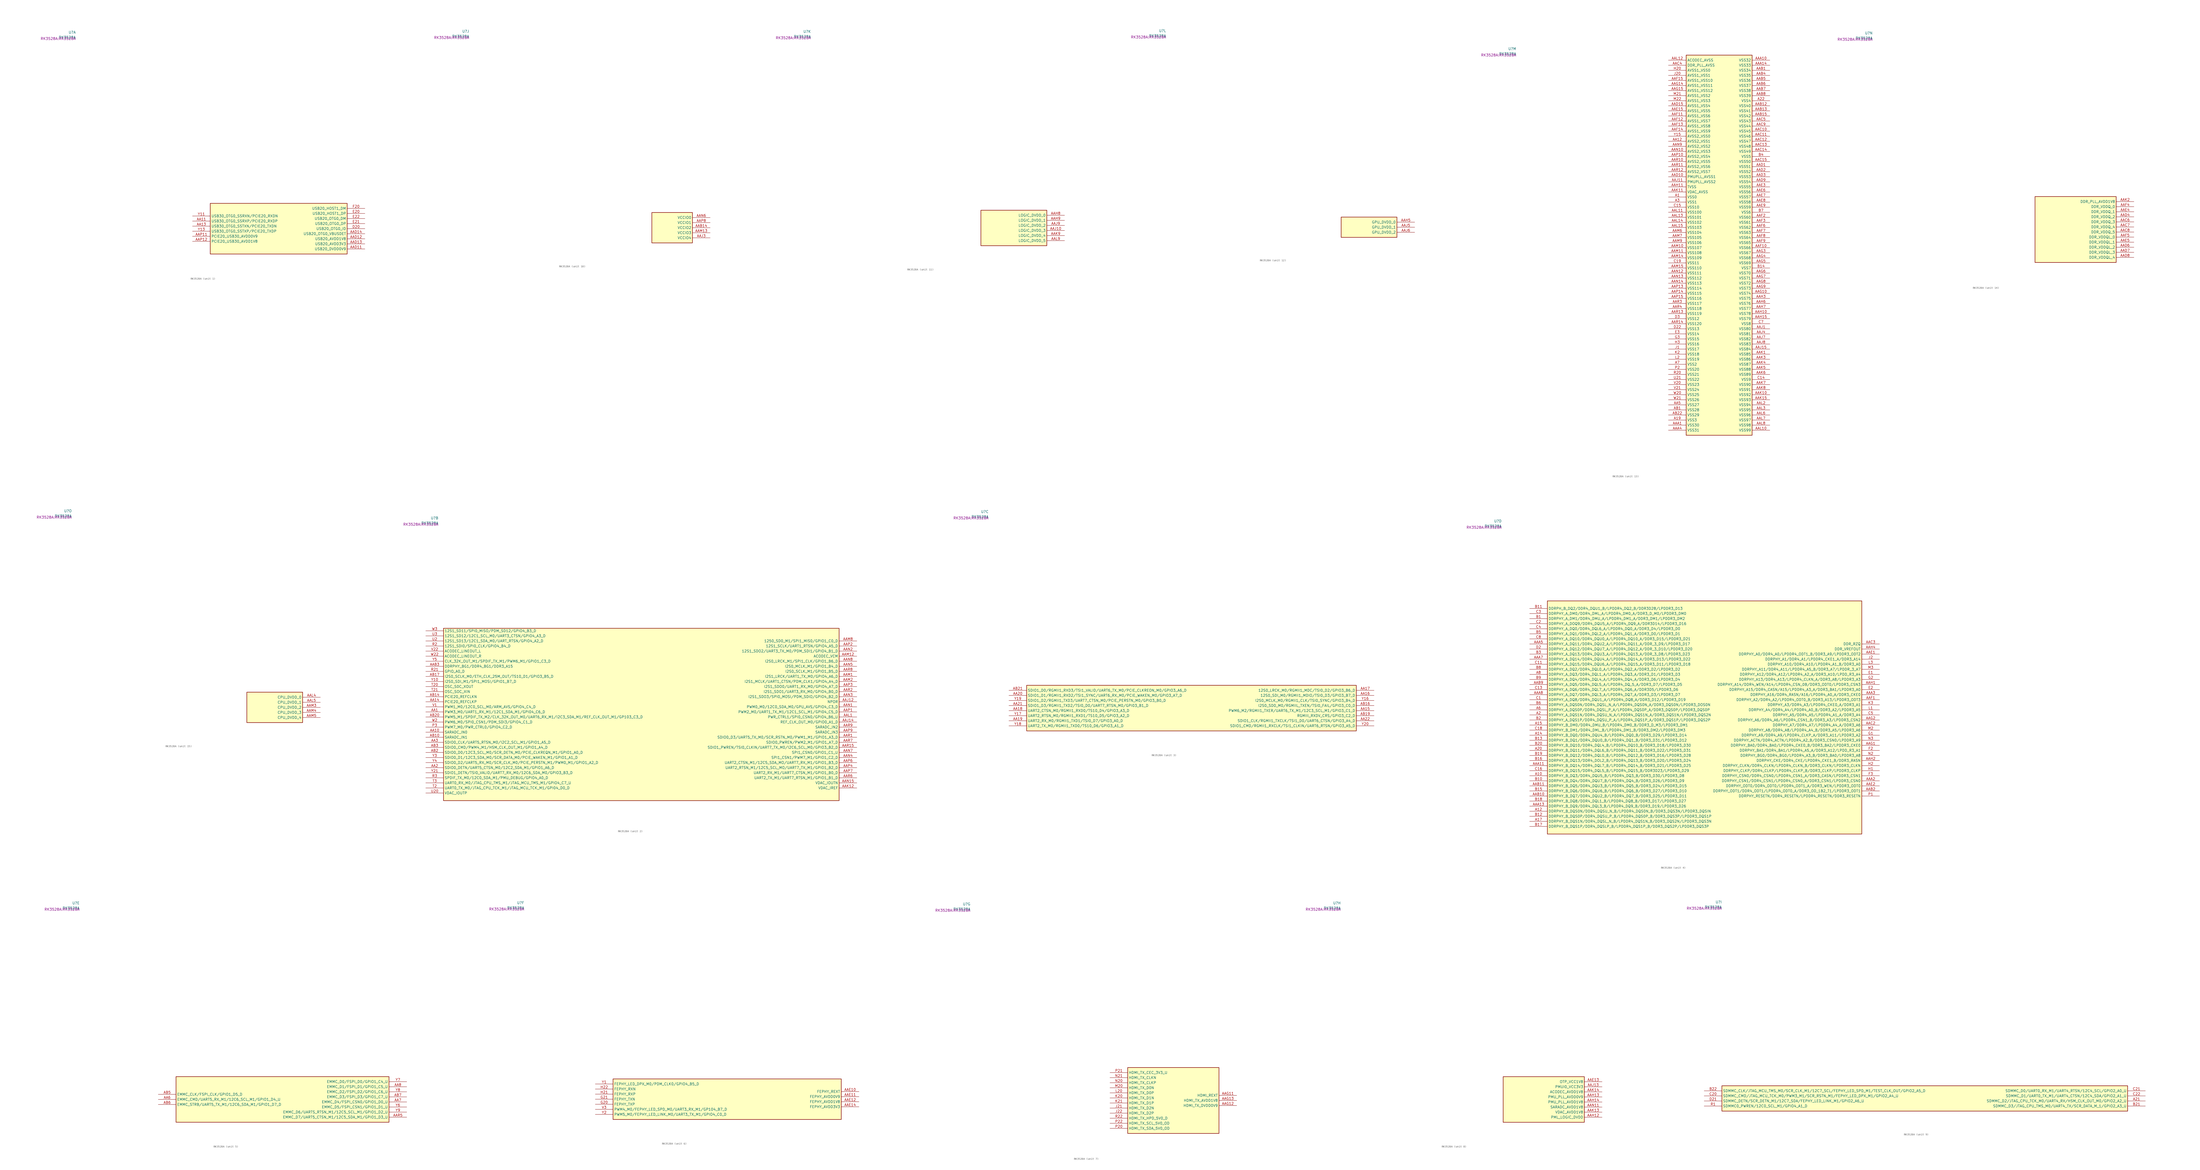
<source format=kicad_sym>
(kicad_symbol_lib
  (version 20241209)
  (generator "kicad_symbol_editor")
  (generator_version "9.0")
  (symbol "RK3528A"
    (property "Reference" "U"
      (at -101.6 98.425 0)
      (effects (font (size 1.27 1.27)) (justify right)))
    (property "Value" "RK3528A"
      (at -101.6 95.885 0)
      (effects (font (size 1.27 1.27)) (justify right)))
    (property "Footprint" "RK3528A:RK3528A"
      (at -101.6 95.25 0)
      (effects (font (size 1.27 1.27)) (justify right)))
    (property "ki_locked" ""
      (at 0 0 0)
      (effects (font (size 1.27 1.27))))
    (symbol "RK3528A_1_1"
      (rectangle (start -34.29 -12.7) (end 34.29 12.7) (stroke (width 0.254) (type solid)) (fill (type background)))
      (pin passive line (at -43.18 6.35 0) (length 8.89) (name "USB30_OTG0_SSRXN/PCIE20_RXDN" (effects (font (size 1.27 1.27)))) (number "Y11" (effects (font (size 1.27 1.27)))))
      (pin passive line (at -43.18 3.81 0) (length 8.89) (name "USB30_OTG0_SSRXP/PCIE20_RXDP" (effects (font (size 1.27 1.27)))) (number "AA11" (effects (font (size 1.27 1.27)))))
      (pin passive line (at -43.18 1.27 0) (length 8.89) (name "USB30_OTG0_SSTXN/PCIE20_TXDN" (effects (font (size 1.27 1.27)))) (number "AA13" (effects (font (size 1.27 1.27)))))
      (pin passive line (at -43.18 -1.27 0) (length 8.89) (name "USB30_OTG0_SSTXP/PCIE20_TXDP" (effects (font (size 1.27 1.27)))) (number "Y13" (effects (font (size 1.27 1.27)))))
      (pin power_in line (at -43.18 -3.81 0) (length 8.89) (name "PCIE20_USB30_AVDD0V9" (effects (font (size 1.27 1.27)))) (number "AAP11" (effects (font (size 1.27 1.27)))))
      (pin power_in line (at -43.18 -6.35 0) (length 8.89) (name "PCIE20_USB30_AVDD1V8" (effects (font (size 1.27 1.27)))) (number "AAP12" (effects (font (size 1.27 1.27)))))
      (pin passive line (at 43.18 10.16 180) (length 8.89) (name "USB20_HOST1_DM" (effects (font (size 1.27 1.27)))) (number "F20" (effects (font (size 1.27 1.27)))))
      (pin passive line (at 43.18 7.62 180) (length 8.89) (name "USB20_HOST1_DP" (effects (font (size 1.27 1.27)))) (number "E20" (effects (font (size 1.27 1.27)))))
      (pin passive line (at 43.18 5.08 180) (length 8.89) (name "USB20_OTG0_DM" (effects (font (size 1.27 1.27)))) (number "E22" (effects (font (size 1.27 1.27)))))
      (pin passive line (at 43.18 2.54 180) (length 8.89) (name "USB20_OTG0_DP" (effects (font (size 1.27 1.27)))) (number "E21" (effects (font (size 1.27 1.27)))))
      (pin passive line (at 43.18 0 180) (length 8.89) (name "USB20_OTG0_ID" (effects (font (size 1.27 1.27)))) (number "D20" (effects (font (size 1.27 1.27)))))
      (pin passive line (at 43.18 -2.54 180) (length 8.89) (name "USB20_OTG0_VBUSDET" (effects (font (size 1.27 1.27)))) (number "AAD14" (effects (font (size 1.27 1.27)))))
      (pin power_in line (at 43.18 -5.08 180) (length 8.89) (name "USB20_AVDD1V8" (effects (font (size 1.27 1.27)))) (number "AAD12" (effects (font (size 1.27 1.27)))))
      (pin power_in line (at 43.18 -7.62 180) (length 8.89) (name "USB20_AVDD3V3" (effects (font (size 1.27 1.27)))) (number "AAD13" (effects (font (size 1.27 1.27)))))
      (pin power_in line (at 43.18 -10.16 180) (length 8.89) (name "USB20_DVDD0V9" (effects (font (size 1.27 1.27)))) (number "AAD11" (effects (font (size 1.27 1.27))))))
    (symbol "RK3528A_2_1"
      (rectangle (start -99.06 -43.18) (end 99.06 43.18) (stroke (width 0.254) (type solid)) (fill (type background)))
      (pin passive line (at -107.95 41.91 0) (length 8.89) (name "12S1_SD11/SPI0_MISO/PDM_SD12/GPIO4_B3_D" (effects (font (size 1.27 1.27)))) (number "W3" (effects (font (size 1.27 1.27)))))
      (pin passive line (at -107.95 39.37 0) (length 8.89) (name "12S1_SD12/12C1_SCL_M0/UART3_CTSN/GPIO4_A3_D" (effects (font (size 1.27 1.27)))) (number "U3" (effects (font (size 1.27 1.27)))))
      (pin passive line (at -107.95 36.83 0) (length 8.89) (name "12S1_SD13/12C1_SDA_M0/UART_RTSN/GPIO4_A2_D" (effects (font (size 1.27 1.27)))) (number "U2" (effects (font (size 1.27 1.27)))))
      (pin passive line (at -107.95 34.29 0) (length 8.89) (name "12S1_SDI0/SPI0_CLK/GPIO4_B4_D" (effects (font (size 1.27 1.27)))) (number "R2" (effects (font (size 1.27 1.27)))))
      (pin passive line (at -107.95 31.75 0) (length 8.89) (name "ACODEC_LINEOUT_L" (effects (font (size 1.27 1.27)))) (number "V22" (effects (font (size 1.27 1.27)))))
      (pin passive line (at -107.95 29.21 0) (length 8.89) (name "ACODEC_LINEOUT_R" (effects (font (size 1.27 1.27)))) (number "W22" (effects (font (size 1.27 1.27)))))
      (pin passive line (at -107.95 26.67 0) (length 8.89) (name "CLK_32K_OUT_M1/SPDIF_TX_M1/PWM6_M1/GPIO1_C3_D" (effects (font (size 1.27 1.27)))) (number "Y5" (effects (font (size 1.27 1.27)))))
      (pin passive line (at -107.95 24.13 0) (length 8.89) (name "DDRPHY_BG1/DDR4_BG1/DDR3_A15" (effects (font (size 1.27 1.27)))) (number "AAB3" (effects (font (size 1.27 1.27)))))
      (pin passive line (at -107.95 21.59 0) (length 8.89) (name "GPIO_A0_D" (effects (font (size 1.27 1.27)))) (number "R21" (effects (font (size 1.27 1.27)))))
      (pin passive line (at -107.95 19.05 0) (length 8.89) (name "I2S0_SCLK_M0/ETH_CLK_25M_OUT/TS10_D1/GPIO3_B5_D" (effects (font (size 1.27 1.27)))) (number "AB17" (effects (font (size 1.27 1.27)))))
      (pin passive line (at -107.95 16.51 0) (length 8.89) (name "I2S0_SDI_M1/SPI1_MOSI/GPIO1_B7_D" (effects (font (size 1.27 1.27)))) (number "Y10" (effects (font (size 1.27 1.27)))))
      (pin passive line (at -107.95 13.97 0) (length 8.89) (name "OSC_S0C_XOUT" (effects (font (size 1.27 1.27)))) (number "T20" (effects (font (size 1.27 1.27)))))
      (pin passive line (at -107.95 11.43 0) (length 8.89) (name "OSC_SOC_XIN" (effects (font (size 1.27 1.27)))) (number "T21" (effects (font (size 1.27 1.27)))))
      (pin passive line (at -107.95 8.89 0) (length 8.89) (name "PCIE20_REFCLKN" (effects (font (size 1.27 1.27)))) (number "AB14" (effects (font (size 1.27 1.27)))))
      (pin passive line (at -107.95 6.35 0) (length 8.89) (name "PCIE20_REFCLKP" (effects (font (size 1.27 1.27)))) (number "AA14" (effects (font (size 1.27 1.27)))))
      (pin passive line (at -107.95 3.81 0) (length 8.89) (name "PWM1_M0/12C0_SCL_M0/ARM_AVS/GPIO4_C4_D" (effects (font (size 1.27 1.27)))) (number "V1" (effects (font (size 1.27 1.27)))))
      (pin passive line (at -107.95 1.27 0) (length 8.89) (name "PWM3_M0/UART1_RX_M1/12C1_SDA_M1/GPI04_C6_D" (effects (font (size 1.27 1.27)))) (number "AA1" (effects (font (size 1.27 1.27)))))
      (pin passive line (at -107.95 -1.27 0) (length 8.89) (name "PWM5_M1/SPDIF_TX_M2/CLK_32K_OUT_M0/UART6_RX_M1/I2C3_SDA_M1/REF_CLK_OUT_M1/GP103_C3_D" (effects (font (size 1.27 1.27)))) (number "AB20" (effects (font (size 1.27 1.27)))))
      (pin passive line (at -107.95 -3.81 0) (length 8.89) (name "PWM6_M0/SPI0_CSN1/PDM_SDI3/GPIO4_C1_D" (effects (font (size 1.27 1.27)))) (number "W2" (effects (font (size 1.27 1.27)))))
      (pin passive line (at -107.95 -6.35 0) (length 8.89) (name "PWM7_M0/PWR_CTRL0/GPIO4_C2_D" (effects (font (size 1.27 1.27)))) (number "P3" (effects (font (size 1.27 1.27)))))
      (pin passive line (at -107.95 -8.89 0) (length 8.89) (name "SARADC_IN0" (effects (font (size 1.27 1.27)))) (number "AA10" (effects (font (size 1.27 1.27)))))
      (pin passive line (at -107.95 -11.43 0) (length 8.89) (name "SARADC_IN1" (effects (font (size 1.27 1.27)))) (number "AB10" (effects (font (size 1.27 1.27)))))
      (pin passive line (at -107.95 -13.97 0) (length 8.89) (name "SDIO0_CLK/UART5_RTSN_M0/I2C2_SCL_M1/GPIO1_A5_D" (effects (font (size 1.27 1.27)))) (number "AA3" (effects (font (size 1.27 1.27)))))
      (pin passive line (at -107.95 -16.51 0) (length 8.89) (name "SDIO0_CMD/PWM4_M1/HSM_CLK_OUT_M1/GPIO1_A4_D" (effects (font (size 1.27 1.27)))) (number "AB3" (effects (font (size 1.27 1.27)))))
      (pin passive line (at -107.95 -19.05 0) (length 8.89) (name "SDIO0_D0/12C3_SCL_M0/SCR_DETN_M0/PCIE_CLKREQN_M1/GPIO1_A0_D" (effects (font (size 1.27 1.27)))) (number "AB2" (effects (font (size 1.27 1.27)))))
      (pin passive line (at -107.95 -21.59 0) (length 8.89) (name "SDIO0_D1/12C3_SDA_M0/SCR_DATA_M0/PCIE_WAKEN_M1/GPIO1_A1_D" (effects (font (size 1.27 1.27)))) (number "Y3" (effects (font (size 1.27 1.27)))))
      (pin passive line (at -107.95 -24.13 0) (length 8.89) (name "SDIO0_D2/UART5_RX_M0/SCR_CLK_M0/PCIE_PERSTN_M1/PWM0_M1/GPIO1_A2_D" (effects (font (size 1.27 1.27)))) (number "Y4" (effects (font (size 1.27 1.27)))))
      (pin passive line (at -107.95 -26.67 0) (length 8.89) (name "SDIO0_DETN/UART5_CTSN_M0/12C2_SDA_M1/GPIO1_A6_D" (effects (font (size 1.27 1.27)))) (number "AA2" (effects (font (size 1.27 1.27)))))
      (pin passive line (at -107.95 -29.21 0) (length 8.89) (name "SDIO1_DETN/TSI0_VALID/UART7_RX_M0/12C6_SDA_M0/GPIO3_B3_D" (effects (font (size 1.27 1.27)))) (number "Y21" (effects (font (size 1.27 1.27)))))
      (pin passive line (at -107.95 -31.75 0) (length 8.89) (name "SPDIF_TX_M0/12C0_SDA_M1/PMU_DEBUG/GPIO4_A0_D" (effects (font (size 1.27 1.27)))) (number "R3" (effects (font (size 1.27 1.27)))))
      (pin passive line (at -107.95 -34.29 0) (length 8.89) (name "UART0_RX_M0/JTAG_CPU_TMS_M1/JTAG_MCU_TMS_M1/GPIO4_C7_U" (effects (font (size 1.27 1.27)))) (number "T3" (effects (font (size 1.27 1.27)))))
      (pin passive line (at -107.95 -36.83 0) (length 8.89) (name "UART0_TX_M0/JTAG_CPU_TCK_M1/JTAG_MCU_TCK_M1/GPI04_D0_D" (effects (font (size 1.27 1.27)))) (number "T2" (effects (font (size 1.27 1.27)))))
      (pin passive line (at -107.95 -39.37 0) (length 8.89) (name "VDAC_IOUTP" (effects (font (size 1.27 1.27)))) (number "U20" (effects (font (size 1.27 1.27)))))
      (pin passive line (at 107.95 36.83 180) (length 8.89) (name "1250_SD0_M1/SPI1_MIS0/GPIO1_C0_D" (effects (font (size 1.27 1.27)))) (number "AAM8" (effects (font (size 1.27 1.27)))))
      (pin passive line (at 107.95 34.29 180) (length 8.89) (name "12S1_SCLK/UART1_RTSN/GPIO4_A5_D" (effects (font (size 1.27 1.27)))) (number "AAP2" (effects (font (size 1.27 1.27)))))
      (pin passive line (at 107.95 31.75 180) (length 8.89) (name "12S1_SDO2/UART3_TX_M0/PDM_SDI1/GPIO4_B1_D" (effects (font (size 1.27 1.27)))) (number "AAN2" (effects (font (size 1.27 1.27)))))
      (pin passive line (at 107.95 29.21 180) (length 8.89) (name "ACODEC_VCM" (effects (font (size 1.27 1.27)))) (number "AAM12" (effects (font (size 1.27 1.27)))))
      (pin passive line (at 107.95 26.67 180) (length 8.89) (name "I2S0_LRCK_M1/SPI1_CLK/GPIO1_B6_D" (effects (font (size 1.27 1.27)))) (number "AAN8" (effects (font (size 1.27 1.27)))))
      (pin passive line (at 107.95 24.13 180) (length 8.89) (name "I2S0_MCLK_M1/GPIO1_B4_D" (effects (font (size 1.27 1.27)))) (number "AAN5" (effects (font (size 1.27 1.27)))))
      (pin passive line (at 107.95 21.59 180) (length 8.89) (name "I2S0_SCLK_M1/GPIO1_B5_D" (effects (font (size 1.27 1.27)))) (number "AAR8" (effects (font (size 1.27 1.27)))))
      (pin passive line (at 107.95 19.05 180) (length 8.89) (name "I2S1_LRCK/UART1_TX_M0/GPIO4_A6_D" (effects (font (size 1.27 1.27)))) (number "AAM1" (effects (font (size 1.27 1.27)))))
      (pin passive line (at 107.95 16.51 180) (length 8.89) (name "I2S1_MCLK/UART1_CTSN/PDM_CLK1/GPIO4_A4_D" (effects (font (size 1.27 1.27)))) (number "AAM2" (effects (font (size 1.27 1.27)))))
      (pin passive line (at 107.95 13.97 180) (length 8.89) (name "I2S1_SDO0/UART1_RX_M0/GPIO4_A7_D" (effects (font (size 1.27 1.27)))) (number "AAP3" (effects (font (size 1.27 1.27)))))
      (pin passive line (at 107.95 11.43 180) (length 8.89) (name "I2S1_SDO1/UART3_RX_M0/GPIO4_B0_D" (effects (font (size 1.27 1.27)))) (number "AAR2" (effects (font (size 1.27 1.27)))))
      (pin passive line (at 107.95 8.89 180) (length 8.89) (name "I2S1_SDO3/SPI0_MOSI/PDM_SDIO/GPIO4_B2_D" (effects (font (size 1.27 1.27)))) (number "AAN3" (effects (font (size 1.27 1.27)))))
      (pin passive line (at 107.95 6.35 180) (length 8.89) (name "NPOR" (effects (font (size 1.27 1.27)))) (number "AAJ12" (effects (font (size 1.27 1.27)))))
      (pin passive line (at 107.95 3.81 180) (length 8.89) (name "PWM0_M0/12C0_SDA_M0/GPU_AVS/GPIO4_C3_D" (effects (font (size 1.27 1.27)))) (number "AAN1" (effects (font (size 1.27 1.27)))))
      (pin passive line (at 107.95 1.27 180) (length 8.89) (name "PWM2_M0/UART1_TX_M1/12C1_SCL_M1/GPI04_C5_D" (effects (font (size 1.27 1.27)))) (number "AAP1" (effects (font (size 1.27 1.27)))))
      (pin passive line (at 107.95 -1.27 180) (length 8.89) (name "PWR_CTRL1/SPI0_CSN0/GPIO4_B6_U" (effects (font (size 1.27 1.27)))) (number "AAL1" (effects (font (size 1.27 1.27)))))
      (pin passive line (at 107.95 -3.81 180) (length 8.89) (name "REF_CLK_OUT_M0/GPIO0_A1_D" (effects (font (size 1.27 1.27)))) (number "AAJ14" (effects (font (size 1.27 1.27)))))
      (pin passive line (at 107.95 -6.35 180) (length 8.89) (name "SARADC_IN2" (effects (font (size 1.27 1.27)))) (number "AAR9" (effects (font (size 1.27 1.27)))))
      (pin passive line (at 107.95 -8.89 180) (length 8.89) (name "SARADC_IN3" (effects (font (size 1.27 1.27)))) (number "AAP9" (effects (font (size 1.27 1.27)))))
      (pin passive line (at 107.95 -11.43 180) (length 8.89) (name "SDIO0_D3/UART5_TX_M0/SCR_RSTN_M0/PWM1_M1/GPIO1_A3_D" (effects (font (size 1.27 1.27)))) (number "AAR1" (effects (font (size 1.27 1.27)))))
      (pin passive line (at 107.95 -13.97 180) (length 8.89) (name "SDIO0_PWREN/PWM2_M1/GPIO1_A7_D" (effects (font (size 1.27 1.27)))) (number "AAR7" (effects (font (size 1.27 1.27)))))
      (pin passive line (at 107.95 -16.51 180) (length 8.89) (name "SDIO1_PWREN/TSI0_CLKIN/UART7_TX_M0/I2C6_SCL_M0/GPIO3_B2_D" (effects (font (size 1.27 1.27)))) (number "AAR15" (effects (font (size 1.27 1.27)))))
      (pin passive line (at 107.95 -19.05 180) (length 8.89) (name "SPI1_CSN0/GPIO1_C1_U" (effects (font (size 1.27 1.27)))) (number "AAN7" (effects (font (size 1.27 1.27)))))
      (pin passive line (at 107.95 -21.59 180) (length 8.89) (name "SPI1_CSN1/PWM7_M1/GPIO1_C2_D" (effects (font (size 1.27 1.27)))) (number "AAN4" (effects (font (size 1.27 1.27)))))
      (pin passive line (at 107.95 -24.13 180) (length 8.89) (name "UART2_CTSN_M1/12C5_SDA_MO/UART7_RX_M1/GPIO1_B3_D" (effects (font (size 1.27 1.27)))) (number "AAP6" (effects (font (size 1.27 1.27)))))
      (pin passive line (at 107.95 -26.67 180) (length 8.89) (name "UART2_RTSN_M1/12C5_SCL_MO/UART7_TX_M1/GPIO1_B2_D" (effects (font (size 1.27 1.27)))) (number "AAP4" (effects (font (size 1.27 1.27)))))
      (pin passive line (at 107.95 -29.21 180) (length 8.89) (name "UART2_RX_M1/UART7_CTSN_M1/GPIO1_B0_D" (effects (font (size 1.27 1.27)))) (number "AAP7" (effects (font (size 1.27 1.27)))))
      (pin passive line (at 107.95 -31.75 180) (length 8.89) (name "UART2_TX_M1/UART7_RTSN_M1/GPIO1_B1_D" (effects (font (size 1.27 1.27)))) (number "AAR6" (effects (font (size 1.27 1.27)))))
      (pin passive line (at 107.95 -34.29 180) (length 8.89) (name "VDAC_IOUTN" (effects (font (size 1.27 1.27)))) (number "AAN15" (effects (font (size 1.27 1.27)))))
      (pin passive line (at 107.95 -36.83 180) (length 8.89) (name "VDAC_IREF" (effects (font (size 1.27 1.27)))) (number "AAK12" (effects (font (size 1.27 1.27))))))
    (symbol "RK3528A_3_1"
      (rectangle (start -82.55 -11.43) (end 82.55 11.43) (stroke (width 0.254) (type solid)) (fill (type background)))
      (pin passive line (at -91.44 8.89 0) (length 8.89) (name "SDIO1_D0/RGMII1_RXD3/TSI1_VALID/UART6_TX_M0/PCIE_CLKREON_M0/GPIO3_A6_D" (effects (font (size 1.27 1.27)))) (number "AB21" (effects (font (size 1.27 1.27)))))
      (pin passive line (at -91.44 6.35 0) (length 8.89) (name "SDIO1_D1/RGMII1_RXD2/TSI1_SYNC/UART6_RX_M0/PCIE_WAKEN_M0/GPIO3_A7_D" (effects (font (size 1.27 1.27)))) (number "AA20" (effects (font (size 1.27 1.27)))))
      (pin passive line (at -91.44 3.81 0) (length 8.89) (name "SDIO1_D2/RGMII1_TXD3/UART7_CTSN_M0/PCIE_PERSTN_M0/GPIO3_B0_D" (effects (font (size 1.27 1.27)))) (number "Y19" (effects (font (size 1.27 1.27)))))
      (pin passive line (at -91.44 1.27 0) (length 8.89) (name "SDIO1_D3/RGMII1_TXD2/TSI0_D0/UART7_RTSN_M0/GPI03_B1_D" (effects (font (size 1.27 1.27)))) (number "AA21" (effects (font (size 1.27 1.27)))))
      (pin passive line (at -91.44 -1.27 0) (length 8.89) (name "UART2_CTSN_M0/RGMII1_RXD0/TS10_D4/GPIO3_A3_D" (effects (font (size 1.27 1.27)))) (number "AA18" (effects (font (size 1.27 1.27)))))
      (pin passive line (at -91.44 -3.81 0) (length 8.89) (name "UART2_RTSN_M0/RGMII1_RXD1/TS10_D5/GPIO3_A2_D" (effects (font (size 1.27 1.27)))) (number "Y17" (effects (font (size 1.27 1.27)))))
      (pin passive line (at -91.44 -6.35 0) (length 8.89) (name "UART2_RX_M0/RGMII1_TXD1/TSI0_D7/GPIO3_A0_D" (effects (font (size 1.27 1.27)))) (number "AA19" (effects (font (size 1.27 1.27)))))
      (pin passive line (at -91.44 -8.89 0) (length 8.89) (name "UART2_TX_M0/RGMII1_TXD0/TS10_D6/GPIO3_A1_D" (effects (font (size 1.27 1.27)))) (number "Y18" (effects (font (size 1.27 1.27)))))
      (pin passive line (at 91.44 8.89 180) (length 8.89) (name "12S0_LRCK_M0/RGMII1_MDC/TSI0_D2/GPIO3_B6_D" (effects (font (size 1.27 1.27)))) (number "AA17" (effects (font (size 1.27 1.27)))))
      (pin passive line (at 91.44 6.35 180) (length 8.89) (name "12S0_SDI_M0/RGMII1_MDIO/TSI0_D3/GPIO3_B7_D" (effects (font (size 1.27 1.27)))) (number "AA16" (effects (font (size 1.27 1.27)))))
      (pin passive line (at 91.44 3.81 180) (length 8.89) (name "I2S0_MCLK_M0/RGMII1_CLK/TSI0_SYNC/GPIO3_B4_D" (effects (font (size 1.27 1.27)))) (number "Y16" (effects (font (size 1.27 1.27)))))
      (pin passive line (at 91.44 1.27 180) (length 8.89) (name "I2S0_SD0_M0/RGMIIL_TXEN/TSI0_FAIL/GPIO3_C0_D" (effects (font (size 1.27 1.27)))) (number "AB16" (effects (font (size 1.27 1.27)))))
      (pin passive line (at 91.44 -1.27 180) (length 8.89) (name "PWM6_M2/RGMII1_TXER/UART6_TX_M1/12C3_SCL_M1/GPIO3_C1_D" (effects (font (size 1.27 1.27)))) (number "AA15" (effects (font (size 1.27 1.27)))))
      (pin passive line (at 91.44 -3.81 180) (length 8.89) (name "RGMIII_RXDV_CRS/GPIO3_C2_D" (effects (font (size 1.27 1.27)))) (number "AB19" (effects (font (size 1.27 1.27)))))
      (pin passive line (at 91.44 -6.35 180) (length 8.89) (name "SDIO1_CLK/RGMII1_TXCLK/TSI1_D0/UART6_CTSN/GPIO3_A4_D" (effects (font (size 1.27 1.27)))) (number "AA22" (effects (font (size 1.27 1.27)))))
      (pin passive line (at 91.44 -8.89 180) (length 8.89) (name "SDIO1_CMD/RGMII1_RXCLK/TSI1_CLKIN/UART6_RTSN/GPIO3_A5_D" (effects (font (size 1.27 1.27)))) (number "Y20" (effects (font (size 1.27 1.27))))))
    (symbol "RK3528A_4_1"
      (rectangle (start -78.74 -58.42) (end 78.74 58.42) (stroke (width 0.254) (type solid)) (fill (type background)))
      (pin passive line (at -87.63 54.61 0) (length 8.89) (name "DDRPH_B_DQ2/DDR4_DQU1_B/LPDDR4_DQ2_B/DDR3D28/LPDDR3_D13" (effects (font (size 1.27 1.27)))) (number "B11" (effects (font (size 1.27 1.27)))))
      (pin passive line (at -87.63 52.07 0) (length 8.89) (name "DDRPHY_A_DM0/DDR4_DML_A/LPDDR4_DM0_A/DDR3_D_M0/LPDDR3_DM0" (effects (font (size 1.27 1.27)))) (number "C3" (effects (font (size 1.27 1.27)))))
      (pin passive line (at -87.63 49.53 0) (length 8.89) (name "DDRPHY_A_DM1/DDR4_DMU_A/LPDDR4_DM1_A/DDR3_DM1/LPDDR3_DM2" (effects (font (size 1.27 1.27)))) (number "B1" (effects (font (size 1.27 1.27)))))
      (pin passive line (at -87.63 46.99 0) (length 8.89) (name "DDRPHY_A_DOQ9/DDR4_DQU5_A/LPDDR4_DQ9_A/DDR3D14/LPDDR3_D16" (effects (font (size 1.27 1.27)))) (number "C2" (effects (font (size 1.27 1.27)))))
      (pin passive line (at -87.63 44.45 0) (length 8.89) (name "DDRPHY_A_DQ0/DDR4_DQL6_A/LPDDR4_DQ0_A/DDR3_D4/LPDDR3_D0" (effects (font (size 1.27 1.27)))) (number "C4" (effects (font (size 1.27 1.27)))))
      (pin passive line (at -87.63 41.91 0) (length 8.89) (name "DDRPHY_A_DQ1/DDR4_DQL2_A/LPDDR4_DQ1_A/DDR3_D0/LPDDR3_D1" (effects (font (size 1.27 1.27)))) (number "B5" (effects (font (size 1.27 1.27)))))
      (pin passive line (at -87.63 39.37 0) (length 8.89) (name "DDRPHY_A_DQ10/DDR4_DQU0_A/LPDDR4_DQ10_A/DDR3_D15/LPDDR3_D21" (effects (font (size 1.27 1.27)))) (number "C8" (effects (font (size 1.27 1.27)))))
      (pin passive line (at -87.63 36.83 0) (length 8.89) (name "DDRPHY_A_DQ11/DDR4_DQU2_A/LPDDR4_DQ11_A/DDR_3_D9/LPDDR3_D17" (effects (font (size 1.27 1.27)))) (number "AAA5" (effects (font (size 1.27 1.27)))))
      (pin passive line (at -87.63 34.29 0) (length 8.89) (name "DDRPHY_A_DQ12/DDR4_DQU7_A/LPDDR4_DQ12_A/DDR_3_D10/LPDDR3_D20" (effects (font (size 1.27 1.27)))) (number "D2" (effects (font (size 1.27 1.27)))))
      (pin passive line (at -87.63 31.75 0) (length 8.89) (name "DDRPHY_A_DQ13/DDR4_DQU3_A/LPDDR4_DQ13_A/DDR_3_D8/LPDDR3_D23" (effects (font (size 1.27 1.27)))) (number "B3" (effects (font (size 1.27 1.27)))))
      (pin passive line (at -87.63 29.21 0) (length 8.89) (name "DDRPHY_A_DQ14/DDR4_DQU4_A/LPDDR4_DQ14_A/DDR3_D13/LPDDR3_D22" (effects (font (size 1.27 1.27)))) (number "AAA7" (effects (font (size 1.27 1.27)))))
      (pin passive line (at -87.63 26.67 0) (length 8.89) (name "DDRPHY_A_DQ15/DDR4_DQU6_A/LPDDR4_DQ15_A/DDR3_D11/LPDDR3_D18" (effects (font (size 1.27 1.27)))) (number "C11" (effects (font (size 1.27 1.27)))))
      (pin passive line (at -87.63 24.13 0) (length 8.89) (name "DDRPHY_A_DQ2/DDR4_DQL0_A/LPDDR4_DQ2_A/DDR3_D2/LPDDR3_D2" (effects (font (size 1.27 1.27)))) (number "B8" (effects (font (size 1.27 1.27)))))
      (pin passive line (at -87.63 21.59 0) (length 8.89) (name "DDRPHY_A_DQ3/DDR4_DQL1_A/LPDDR4_DQ3_A/DDR3_D1/LPDDR3_D3" (effects (font (size 1.27 1.27)))) (number "A8" (effects (font (size 1.27 1.27)))))
      (pin passive line (at -87.63 19.05 0) (length 8.89) (name "DDRPHY_A_DQ4/DDR4_DQL4_A/LPDDR4_DQ4_A/DDR3_D6/LPDDR3_D4" (effects (font (size 1.27 1.27)))) (number "B9" (effects (font (size 1.27 1.27)))))
      (pin passive line (at -87.63 16.51 0) (length 8.89) (name "DDRPHY_A_DQ5/DDR4_DQL5_A/LPDDR4_DQ_5_A/DDR3_D7/LPDDR3_D5" (effects (font (size 1.27 1.27)))) (number "AAB9" (effects (font (size 1.27 1.27)))))
      (pin passive line (at -87.63 13.97 0) (length 8.89) (name "DDRPHY_A_DQ6/DDR4_DQL7_A/LPDDR4_DQ6_A/DDR3D5/LPDDR3_D6" (effects (font (size 1.27 1.27)))) (number "C13" (effects (font (size 1.27 1.27)))))
      (pin passive line (at -87.63 11.43 0) (length 8.89) (name "DDRPHY_A_DQ7/DDR4_DQL3_A/LPDDR4_DQ7_A/DDR3_D3/LPDDR3_D7" (effects (font (size 1.27 1.27)))) (number "AAA8" (effects (font (size 1.27 1.27)))))
      (pin passive line (at -87.63 8.89 0) (length 8.89) (name "DDRPHY_A_DQ8/DDR4_DQU1_A/LPDDR4_DQ8_A/DDR3_D12/LPDDR3_D19" (effects (font (size 1.27 1.27)))) (number "C1" (effects (font (size 1.27 1.27)))))
      (pin passive line (at -87.63 6.35 0) (length 8.89) (name "DDRPHY_A_DQS0N/DDR4_DQSL_N_A/LPDDR4_DQS0N_A/DDR3_DQS0N/LPDDR3_DOS0N" (effects (font (size 1.27 1.27)))) (number "B6" (effects (font (size 1.27 1.27)))))
      (pin passive line (at -87.63 3.81 0) (length 8.89) (name "DDRPHY_A_DQS0P/DDR4_DQSL_P_A/LPDDR4_DQS0P_A/DDR3_DQS0P/LPDDR3_DQS0P" (effects (font (size 1.27 1.27)))) (number "A6" (effects (font (size 1.27 1.27)))))
      (pin passive line (at -87.63 1.27 0) (length 8.89) (name "DDRPHY_A_DQS1N/DDR4_DQSU_N_A/LPDDR4_DQS1N_A/DDR3_DQS1N/LPDDR3_DQS2N" (effects (font (size 1.27 1.27)))) (number "A2" (effects (font (size 1.27 1.27)))))
      (pin passive line (at -87.63 -1.27 0) (length 8.89) (name "DDRPHY_A_DQS1P/DDR4_DQSU_P_A/LPDDR4_DQS1P_A/DDR3_DQS1P/LPDDR3_DQS2P" (effects (font (size 1.27 1.27)))) (number "B2" (effects (font (size 1.27 1.27)))))
      (pin passive line (at -87.63 -3.81 0) (length 8.89) (name "DDRPHY_B_DM0/DDR4_DMU_B/LPDDR4_DM0_B/DDR3_D_M3/LPDDR3_DM1" (effects (font (size 1.27 1.27)))) (number "A15" (effects (font (size 1.27 1.27)))))
      (pin passive line (at -87.63 -6.35 0) (length 8.89) (name "DDRPHY_B_DM1/DDR4_DML_B/LPDDR4_DM1_B/DDR3_DM2/LPDDR3_DM3" (effects (font (size 1.27 1.27)))) (number "C18" (effects (font (size 1.27 1.27)))))
      (pin passive line (at -87.63 -8.89 0) (length 8.89) (name "DDRPHY_B_DQ0/DDR4_DQU4_B/LPDDR4_DQ0_B/DDR3_D29/LPDDR3_D14" (effects (font (size 1.27 1.27)))) (number "A14" (effects (font (size 1.27 1.27)))))
      (pin passive line (at -87.63 -11.43 0) (length 8.89) (name "DDRPHY_B_DQ1/DDR4_DQU0_B/LPDDR4_DQ1_B/DDR3_D31/LPDDR3_D12" (effects (font (size 1.27 1.27)))) (number "B13" (effects (font (size 1.27 1.27)))))
      (pin passive line (at -87.63 -13.97 0) (length 8.89) (name "DDRPHY_B_DQ10/DDR4_DQL4_B/LPDDR4_DQ10_B/DDR3_D18/LPDDR3_D30" (effects (font (size 1.27 1.27)))) (number "B20" (effects (font (size 1.27 1.27)))))
      (pin passive line (at -87.63 -16.51 0) (length 8.89) (name "DDRPHY_B_DQ11/DDR4_DQL6_B/LPDDR4_DQ11_B/DDR3_D22/LPDDR3_D31" (effects (font (size 1.27 1.27)))) (number "A20" (effects (font (size 1.27 1.27)))))
      (pin passive line (at -87.63 -19.05 0) (length 8.89) (name "DDRPHY_B_DQ12/DDR4_DQL0_B/LPDDR4_DQ12_B/DDR3_D16/LPDDR3_D28" (effects (font (size 1.27 1.27)))) (number "B19" (effects (font (size 1.27 1.27)))))
      (pin passive line (at -87.63 -21.59 0) (length 8.89) (name "DDRPHY_B_DQ13/DDR4_DOL2_B/LPDDR4_DQ13_B/DDR3_D20/LPDDR3_D24" (effects (font (size 1.27 1.27)))) (number "B16" (effects (font (size 1.27 1.27)))))
      (pin passive line (at -87.63 -24.13 0) (length 8.89) (name "DDRPHY_B_DQ14/DDR4_DQL7_B/LPDDR4_DQ14_B/DDR3_D21/LPDDR3_D25" (effects (font (size 1.27 1.27)))) (number "AAA11" (effects (font (size 1.27 1.27)))))
      (pin passive line (at -87.63 -26.67 0) (length 8.89) (name "DDRPHY_B_DQ15/DDR4_DQL5_B/LPDDR4_DQ15_B/DDR3D23/LPDDR3_D29" (effects (font (size 1.27 1.27)))) (number "C16" (effects (font (size 1.27 1.27)))))
      (pin passive line (at -87.63 -29.21 0) (length 8.89) (name "DDRPHY_B_DQ3/DDR4_DQU5_B/LPDDR4_DQ3_B/DDR3_D30/LPDDR3_D8" (effects (font (size 1.27 1.27)))) (number "A10" (effects (font (size 1.27 1.27)))))
      (pin passive line (at -87.63 -31.75 0) (length 8.89) (name "DDRPHY_B_DQ4/DDR4_DQU7_B/LPDDR4_DQ4_B/DDR3_D26/LPDDR3_D9" (effects (font (size 1.27 1.27)))) (number "B10" (effects (font (size 1.27 1.27)))))
      (pin passive line (at -87.63 -34.29 0) (length 8.89) (name "DDRPHY_B_DQ5/DDR4_DQU3_B/LPDDR4_DQ5_B/DDR3_D24/LPDDR3_D15" (effects (font (size 1.27 1.27)))) (number "AAB11" (effects (font (size 1.27 1.27)))))
      (pin passive line (at -87.63 -36.83 0) (length 8.89) (name "DDRPHY_B_DQ6/DDR4_DQU6_B/LPDDR4_DQ6_B/DDR3_D27/LPDDR3_D10" (effects (font (size 1.27 1.27)))) (number "B15" (effects (font (size 1.27 1.27)))))
      (pin passive line (at -87.63 -39.37 0) (length 8.89) (name "DDRPHY_B_DQ7/DDR4_DQU2_B/LPDDR4_DQ7_B/DDR3_D25/LPDDR3_D11" (effects (font (size 1.27 1.27)))) (number "AAB10" (effects (font (size 1.27 1.27)))))
      (pin passive line (at -87.63 -41.91 0) (length 8.89) (name "DDRPHY_B_DQ8/DDR4_DQL1_B/LPDDR4_DQ8_B/DDR3_D17/LPDDR3_D27" (effects (font (size 1.27 1.27)))) (number "B18" (effects (font (size 1.27 1.27)))))
      (pin passive line (at -87.63 -44.45 0) (length 8.89) (name "DDRPHY_B_DQ9/DDR4_DQL3_B/LPDDR4_DQ9_B/DDR3_D19/LPDDR3_D26" (effects (font (size 1.27 1.27)))) (number "AAA13" (effects (font (size 1.27 1.27)))))
      (pin passive line (at -87.63 -46.99 0) (length 8.89) (name "DDRPHY_B_DQS0N/DDR4_DQSU_N_B/LPDDR4_DQS0N_B/DDR3_DQS3N/LPDDR3_DQSIN" (effects (font (size 1.27 1.27)))) (number "A12" (effects (font (size 1.27 1.27)))))
      (pin passive line (at -87.63 -49.53 0) (length 8.89) (name "DDRPHY_B_DQS0P/DDR4_DQSU_P_B/LPDDR4_DQS0P_B/DDR3_DQS3P/LPDDR3_DQS1P" (effects (font (size 1.27 1.27)))) (number "B12" (effects (font (size 1.27 1.27)))))
      (pin passive line (at -87.63 -52.07 0) (length 8.89) (name "DDRPHY_B_DQS1N/DDR4_DQSL_N_B/LPDDR4_DQS1N_B/DDR3_DQS2N/LPDDR3_DQS3N" (effects (font (size 1.27 1.27)))) (number "A17" (effects (font (size 1.27 1.27)))))
      (pin passive line (at -87.63 -54.61 0) (length 8.89) (name "DDRPHY_B_DQS1P/DDR4_DQSLP_B/LPDDR4_DQS1P_B/DDR3_DQS2P/LPDDR3_DQS3P" (effects (font (size 1.27 1.27)))) (number "B17" (effects (font (size 1.27 1.27)))))
      (pin passive line (at 87.63 36.83 180) (length 8.89) (name "DDR_RZQ" (effects (font (size 1.27 1.27)))) (number "AAC3" (effects (font (size 1.27 1.27)))))
      (pin passive line (at 87.63 34.29 180) (length 8.89) (name "DDR_VREFOUT" (effects (font (size 1.27 1.27)))) (number "AAH4" (effects (font (size 1.27 1.27)))))
      (pin passive line (at 87.63 31.75 180) (length 8.89) (name "DDRPHY_A0/DDR4_A0/LPDDR4_ODT1_B/DDR3_A9/LPDDR3_ODT2" (effects (font (size 1.27 1.27)))) (number "AAE1" (effects (font (size 1.27 1.27)))))
      (pin passive line (at 87.63 29.21 180) (length 8.89) (name "DDRPHY_A1/DDR4_A1/LPDDR4_CKE1_A/DDR3_A14" (effects (font (size 1.27 1.27)))) (number "J2" (effects (font (size 1.27 1.27)))))
      (pin passive line (at 87.63 26.67 180) (length 8.89) (name "DDRPHY_A10/DDR4_A10/LPDDR4_A1_B/DDR3_A0" (effects (font (size 1.27 1.27)))) (number "L3" (effects (font (size 1.27 1.27)))))
      (pin passive line (at 87.63 24.13 180) (length 8.89) (name "DDRPHY_A11/DDR4_A11/LPDDR4_A5_B/DDR3_A7/LPDDR_3_A7" (effects (font (size 1.27 1.27)))) (number "M3" (effects (font (size 1.27 1.27)))))
      (pin passive line (at 87.63 21.59 180) (length 8.89) (name "DDRPHY_A12/DDR4_A12/LPDDR4_A2_A/DDR3_A10/LPDD_R3_A4" (effects (font (size 1.27 1.27)))) (number "E1" (effects (font (size 1.27 1.27)))))
      (pin passive line (at 87.63 19.05 180) (length 8.89) (name "DDRPHY_A13/DDR4_A13/LPDDR4_CLKN_A/DDR3_A8/LPDDR3_A3" (effects (font (size 1.27 1.27)))) (number "G2" (effects (font (size 1.27 1.27)))))
      (pin passive line (at 87.63 16.51 180) (length 8.89) (name "DDRPHY_A14/DDR4_WEN/A14/LPDDR4_CSN_0B/DDR3_ODT0/LPDDR3_CSN3" (effects (font (size 1.27 1.27)))) (number "AAH1" (effects (font (size 1.27 1.27)))))
      (pin passive line (at 87.63 13.97 180) (length 8.89) (name "DDRPHY_A15/DDR4_CASN/A15/LPDDR4_A3_A/DDR3_BA1/LPDDR3_A0" (effects (font (size 1.27 1.27)))) (number "E2" (effects (font (size 1.27 1.27)))))
      (pin passive line (at 87.63 11.43 180) (length 8.89) (name "DDRPHY_A16/DDR4_RASN/A16/LPDDR4_A0_A/DDR3_CKE0" (effects (font (size 1.27 1.27)))) (number "AAA3" (effects (font (size 1.27 1.27)))))
      (pin passive line (at 87.63 8.89 180) (length 8.89) (name "DDRPHY_A2/DDR4_A2/LPDDR4_ODT0_B/DDR3_A13/LPDDR3_ODT3" (effects (font (size 1.27 1.27)))) (number "AAF1" (effects (font (size 1.27 1.27)))))
      (pin passive line (at 87.63 6.35 180) (length 8.89) (name "DDRPHY_A3/DDR4_A3/LPDDR4_CKE0_A/DDR3_A1" (effects (font (size 1.27 1.27)))) (number "K3" (effects (font (size 1.27 1.27)))))
      (pin passive line (at 87.63 3.81 180) (length 8.89) (name "DDRPHY_A4/DDR4_A4/LPDDR4_A0_B/DDR3_A2/LPDDR3_A5" (effects (font (size 1.27 1.27)))) (number "L1" (effects (font (size 1.27 1.27)))))
      (pin passive line (at 87.63 1.27 180) (length 8.89) (name "DDRPHY_A5/DDR4_A5/LPDDR4_A1_A/DDR3_A4" (effects (font (size 1.27 1.27)))) (number "C5" (effects (font (size 1.27 1.27)))))
      (pin passive line (at 87.63 -1.27 180) (length 8.89) (name "DDRPHY_A6/DDR4_A6/LPDDR4_CSN1_B/DDR3_A3/LPDDR3_CSN2" (effects (font (size 1.27 1.27)))) (number "AAG2" (effects (font (size 1.27 1.27)))))
      (pin passive line (at 87.63 -3.81 180) (length 8.89) (name "DDRPHY_A7/DDR4_A7/LPDDR4_A4_A/DDR3_A6" (effects (font (size 1.27 1.27)))) (number "AAC2" (effects (font (size 1.27 1.27)))))
      (pin passive line (at 87.63 -6.35 180) (length 8.89) (name "DDRPHY_A8/DDR4_A8/LPDDR4_A4_B/DDR3_A5/LPDDR3_A6" (effects (font (size 1.27 1.27)))) (number "M2" (effects (font (size 1.27 1.27)))))
      (pin passive line (at 87.63 -8.89 180) (length 8.89) (name "DDRPHY_A9/DDR4_A9/LPDDR4_CLKP_A/DDR3_A11/LPDDR3_A2" (effects (font (size 1.27 1.27)))) (number "G1" (effects (font (size 1.27 1.27)))))
      (pin passive line (at 87.63 -11.43 180) (length 8.89) (name "DDRPHY_ACTN/DDR4_ACTN/LPDDR4_A2_B/DDR3_CSN0/LPDDR3_A9" (effects (font (size 1.27 1.27)))) (number "N3" (effects (font (size 1.27 1.27)))))
      (pin passive line (at 87.63 -13.97 180) (length 8.89) (name "DDRPHY_BA0/DDR4_BA0/LPDDR4_CKE0_B/DDR3_BA2/LPDDR3_CKE0" (effects (font (size 1.27 1.27)))) (number "AAG1" (effects (font (size 1.27 1.27)))))
      (pin passive line (at 87.63 -16.51 180) (length 8.89) (name "DDRPHY_BA1/DDR4_BA1/LPDDR4_A5_A/DDR3_A12/LPDD_R3_A1" (effects (font (size 1.27 1.27)))) (number "F2" (effects (font (size 1.27 1.27)))))
      (pin passive line (at 87.63 -19.05 180) (length 8.89) (name "DDRPHY_BG0/DDR4_BG0/LPDDR4_A3_B/DDR3_BA0/LPDDR3_A8" (effects (font (size 1.27 1.27)))) (number "N2" (effects (font (size 1.27 1.27)))))
      (pin passive line (at 87.63 -21.59 180) (length 8.89) (name "DDRPHY_CKE/DDR4_CKE/LPDDR4_CKE1_B/DDR3_RASN" (effects (font (size 1.27 1.27)))) (number "AAH2" (effects (font (size 1.27 1.27)))))
      (pin passive line (at 87.63 -24.13 180) (length 8.89) (name "DDRPHY_CLKN/DDR4_CLKN/LPDDR4_CLKN_B/DDR3_CLKN/LPDDR3_CLKN" (effects (font (size 1.27 1.27)))) (number "H2" (effects (font (size 1.27 1.27)))))
      (pin passive line (at 87.63 -26.67 180) (length 8.89) (name "DDRPHY_CLKP/DDR4_CLKP/LPDDR4_CLKP_B/DDR3_CLKP/LPDDR3_CLKP" (effects (font (size 1.27 1.27)))) (number "H1" (effects (font (size 1.27 1.27)))))
      (pin passive line (at 87.63 -29.21 180) (length 8.89) (name "DDRPHY_CSN0/DDR4_CSN0/LPDDR4_CSN1_A/DDR3_CASN/LPDDR3_CSN1" (effects (font (size 1.27 1.27)))) (number "F3" (effects (font (size 1.27 1.27)))))
      (pin passive line (at 87.63 -31.75 180) (length 8.89) (name "DDRPHY_CSN1/DDR4_CSN1/LPDDR4_CSN0_A/DDR3_CSN1/LPDDR3_CSN0" (effects (font (size 1.27 1.27)))) (number "AAA2" (effects (font (size 1.27 1.27)))))
      (pin passive line (at 87.63 -34.29 180) (length 8.89) (name "DDRPHY_ODT0/DDR4_ODT0/LPDDR4_ODT1_A/DDR3_WEN/LPDDR3_ODT0" (effects (font (size 1.27 1.27)))) (number "AAE2" (effects (font (size 1.27 1.27)))))
      (pin passive line (at 87.63 -36.83 180) (length 8.89) (name "DDRPHY_ODT1/DDR4_ODT1/LPDDR4_ODT0_A/DDR3_OD_1B2_T1/LPDDR3_ODT1" (effects (font (size 1.27 1.27)))) (number "AAB2" (effects (font (size 1.27 1.27)))))
      (pin passive line (at 87.63 -39.37 180) (length 8.89) (name "DDRPHY_RESETN/DDR4_RESETN/LPDDR4_RESETN/DDR3_RESETN" (effects (font (size 1.27 1.27)))) (number "P1" (effects (font (size 1.27 1.27))))))
    (symbol "RK3528A_5_1"
      (rectangle (start -53.34 -11.43) (end 53.34 11.43) (stroke (width 0.254) (type solid)) (fill (type background)))
      (pin passive line (at -62.23 2.54 0) (length 8.89) (name "EMMC_CLK/FSPI_CLK/GPIO1_D5_D" (effects (font (size 1.27 1.27)))) (number "AB5" (effects (font (size 1.27 1.27)))))
      (pin passive line (at -62.23 0 0) (length 8.89) (name "EMMC_CMD/UART5_RX_M1/12C6_SCL_M1/GPIO1_D4_U" (effects (font (size 1.27 1.27)))) (number "AA6" (effects (font (size 1.27 1.27)))))
      (pin passive line (at -62.23 -2.54 0) (length 8.89) (name "EMMC_STRB/UART5_TX_M1/12C6_SDA_M1/GPIO1_D7_D" (effects (font (size 1.27 1.27)))) (number "AB6" (effects (font (size 1.27 1.27)))))
      (pin passive line (at 62.23 8.89 180) (length 8.89) (name "EMMC_D0/FSPI_D0/GPIO1_C4_U" (effects (font (size 1.27 1.27)))) (number "Y7" (effects (font (size 1.27 1.27)))))
      (pin passive line (at 62.23 6.35 180) (length 8.89) (name "EMMC_D1/FSPI_D1/GPIO1_C5_U" (effects (font (size 1.27 1.27)))) (number "AA8" (effects (font (size 1.27 1.27)))))
      (pin passive line (at 62.23 3.81 180) (length 8.89) (name "EMMC_D2/FSPI_D2/GPIO1_C6_U" (effects (font (size 1.27 1.27)))) (number "Y8" (effects (font (size 1.27 1.27)))))
      (pin passive line (at 62.23 1.27 180) (length 8.89) (name "EMMC_D3/FSPI_D3/GPIO1_C7_U" (effects (font (size 1.27 1.27)))) (number "AB7" (effects (font (size 1.27 1.27)))))
      (pin passive line (at 62.23 -1.27 180) (length 8.89) (name "EMMC_D4/FSPI_CSN0/GPIO1_D0_U" (effects (font (size 1.27 1.27)))) (number "AA7" (effects (font (size 1.27 1.27)))))
      (pin passive line (at 62.23 -3.81 180) (length 8.89) (name "EMMC_D5/FSPI_CSN1/GPIO1_D1_U" (effects (font (size 1.27 1.27)))) (number "Y6" (effects (font (size 1.27 1.27)))))
      (pin passive line (at 62.23 -6.35 180) (length 8.89) (name "EMMC_D6/UARTS_RTSN_M1/12C5_SCL_M1/GPIO1_D2_U" (effects (font (size 1.27 1.27)))) (number "Y9" (effects (font (size 1.27 1.27)))))
      (pin passive line (at 62.23 -8.89 180) (length 8.89) (name "EMMC_D7/UART5_CTSN_M1/12C5_SDA_M1/GPIO1_D3_U" (effects (font (size 1.27 1.27)))) (number "AAR5" (effects (font (size 1.27 1.27))))))
    (symbol "RK3528A_6_1"
      (rectangle (start -57.15 -10.16) (end 57.15 10.16) (stroke (width 0.254) (type solid)) (fill (type background)))
      (pin passive line (at -66.04 7.62 0) (length 8.89) (name "FEPHY_LED_DPX_M0/PDM_CLK0/GPIO4_B5_D" (effects (font (size 1.27 1.27)))) (number "Y1" (effects (font (size 1.27 1.27)))))
      (pin passive line (at -66.04 5.08 0) (length 8.89) (name "FEPHY_RXN" (effects (font (size 1.27 1.27)))) (number "H22" (effects (font (size 1.27 1.27)))))
      (pin passive line (at -66.04 2.54 0) (length 8.89) (name "FEPHY_RXP" (effects (font (size 1.27 1.27)))) (number "H21" (effects (font (size 1.27 1.27)))))
      (pin passive line (at -66.04 0 0) (length 8.89) (name "FEPHY_TXN" (effects (font (size 1.27 1.27)))) (number "G21" (effects (font (size 1.27 1.27)))))
      (pin passive line (at -66.04 -2.54 0) (length 8.89) (name "FEPHY_TXP" (effects (font (size 1.27 1.27)))) (number "G20" (effects (font (size 1.27 1.27)))))
      (pin passive line (at -66.04 -5.08 0) (length 8.89) (name "PWM4_M0/FEPHY_LED_SPD_M0/UART3_RX_M1/GP104_B7_D" (effects (font (size 1.27 1.27)))) (number "V3" (effects (font (size 1.27 1.27)))))
      (pin passive line (at -66.04 -7.62 0) (length 8.89) (name "PWM5_M0/FEPHY_LED_LINK_M0/UART3_TX_M1/GPIO4_C0_D" (effects (font (size 1.27 1.27)))) (number "Y2" (effects (font (size 1.27 1.27)))))
      (pin passive line (at 66.04 3.81 180) (length 8.89) (name "FEPHY_REXT" (effects (font (size 1.27 1.27)))) (number "AAE10" (effects (font (size 1.27 1.27)))))
      (pin power_in line (at 66.04 1.27 180) (length 8.89) (name "FEPHY_AVDD0V9" (effects (font (size 1.27 1.27)))) (number "AAE11" (effects (font (size 1.27 1.27)))))
      (pin power_in line (at 66.04 -1.27 180) (length 8.89) (name "FEPHY_AVDD1V8" (effects (font (size 1.27 1.27)))) (number "AAE12" (effects (font (size 1.27 1.27)))))
      (pin power_in line (at 66.04 -3.81 180) (length 8.89) (name "FEPHY_AVDD3V3" (effects (font (size 1.27 1.27)))) (number "AAE14" (effects (font (size 1.27 1.27))))))
    (symbol "RK3528A_7_1"
      (rectangle (start -22.86 -16.51) (end 22.86 16.51) (stroke (width 0.254) (type solid)) (fill (type background)))
      (pin passive line (at -31.75 13.97 0) (length 8.89) (name "HDMI_TX_CEC_3V3_U" (effects (font (size 1.27 1.27)))) (number "P21" (effects (font (size 1.27 1.27)))))
      (pin passive line (at -31.75 11.43 0) (length 8.89) (name "HDMI_TX_CLKN" (effects (font (size 1.27 1.27)))) (number "N21" (effects (font (size 1.27 1.27)))))
      (pin passive line (at -31.75 8.89 0) (length 8.89) (name "HDMI_TX_CLKP" (effects (font (size 1.27 1.27)))) (number "N20" (effects (font (size 1.27 1.27)))))
      (pin passive line (at -31.75 6.35 0) (length 8.89) (name "HDMI_TX_D0N" (effects (font (size 1.27 1.27)))) (number "M20" (effects (font (size 1.27 1.27)))))
      (pin passive line (at -31.75 3.81 0) (length 8.89) (name "HDMI_TX_D0P" (effects (font (size 1.27 1.27)))) (number "L20" (effects (font (size 1.27 1.27)))))
      (pin passive line (at -31.75 1.27 0) (length 8.89) (name "HDMI_TX_D1N" (effects (font (size 1.27 1.27)))) (number "K20" (effects (font (size 1.27 1.27)))))
      (pin passive line (at -31.75 -1.27 0) (length 8.89) (name "HDMI_TX_D1P" (effects (font (size 1.27 1.27)))) (number "K21" (effects (font (size 1.27 1.27)))))
      (pin passive line (at -31.75 -3.81 0) (length 8.89) (name "HDMI_TX_D2N" (effects (font (size 1.27 1.27)))) (number "J21" (effects (font (size 1.27 1.27)))))
      (pin passive line (at -31.75 -6.35 0) (length 8.89) (name "HDMI_TX_D2P" (effects (font (size 1.27 1.27)))) (number "J22" (effects (font (size 1.27 1.27)))))
      (pin passive line (at -31.75 -8.89 0) (length 8.89) (name "HDMI_TX_HPD_5V0_D" (effects (font (size 1.27 1.27)))) (number "R22" (effects (font (size 1.27 1.27)))))
      (pin passive line (at -31.75 -11.43 0) (length 8.89) (name "HDMI_TX_SCL_5V0_OD" (effects (font (size 1.27 1.27)))) (number "P22" (effects (font (size 1.27 1.27)))))
      (pin passive line (at -31.75 -13.97 0) (length 8.89) (name "HDMI_TX_SDA_5V0_OD" (effects (font (size 1.27 1.27)))) (number "P20" (effects (font (size 1.27 1.27)))))
      (pin passive line (at 31.75 2.54 180) (length 8.89) (name "HDMI_REXT" (effects (font (size 1.27 1.27)))) (number "AAG11" (effects (font (size 1.27 1.27)))))
      (pin power_in line (at 31.75 0 180) (length 8.89) (name "HDMI_TX_AVDD1V8" (effects (font (size 1.27 1.27)))) (number "AAG13" (effects (font (size 1.27 1.27)))))
      (pin power_in line (at 31.75 -2.54 180) (length 8.89) (name "HDMI_TX_DVDD0V9" (effects (font (size 1.27 1.27)))) (number "AAG12" (effects (font (size 1.27 1.27))))))
    (symbol "RK3528A_8_1"
      (rectangle (start -20.32 -11.43) (end 20.32 11.43) (stroke (width 0.254) (type solid)) (fill (type background)))
      (pin power_in line (at 29.21 8.89 180) (length 8.89) (name "OTP_VCC1V8" (effects (font (size 1.27 1.27)))) (number "AAE13" (effects (font (size 1.27 1.27)))))
      (pin power_in line (at 29.21 6.35 180) (length 8.89) (name "PMUI0_VCC3V3" (effects (font (size 1.27 1.27)))) (number "AAJ13" (effects (font (size 1.27 1.27)))))
      (pin power_in line (at 29.21 3.81 180) (length 8.89) (name "ACODEC_AVDD1V8" (effects (font (size 1.27 1.27)))) (number "AAK14" (effects (font (size 1.27 1.27)))))
      (pin power_in line (at 29.21 1.27 180) (length 8.89) (name "PMU_PLL_AVDD0V9" (effects (font (size 1.27 1.27)))) (number "AAH13" (effects (font (size 1.27 1.27)))))
      (pin power_in line (at 29.21 -1.27 180) (length 8.89) (name "PMU_PLL_AVDD1V8" (effects (font (size 1.27 1.27)))) (number "AAH14" (effects (font (size 1.27 1.27)))))
      (pin power_in line (at 29.21 -3.81 180) (length 8.89) (name "SARADC_AVDD1V8" (effects (font (size 1.27 1.27)))) (number "AAN11" (effects (font (size 1.27 1.27)))))
      (pin power_in line (at 29.21 -6.35 180) (length 8.89) (name "VDAC_AVDD1V8" (effects (font (size 1.27 1.27)))) (number "AAK13" (effects (font (size 1.27 1.27)))))
      (pin power_in line (at 29.21 -8.89 180) (length 8.89) (name "PML_LOGIC_DVDD" (effects (font (size 1.27 1.27)))) (number "AAH12" (effects (font (size 1.27 1.27))))))
    (symbol "RK3528A_9_1"
      (rectangle (start -101.6 -6.35) (end 101.6 6.35) (stroke (width 0.254) (type solid)) (fill (type background)))
      (pin passive line (at -110.49 3.81 0) (length 8.89) (name "SDMMC_CLK/JTAG_MCU_TMS_M0/SCR_CLK_M1/12C7_SCL/FEPHY_LED_SPD_M1/TEST_CLK_OUT/GPIO2_A5_D" (effects (font (size 1.27 1.27)))) (number "B22" (effects (font (size 1.27 1.27)))))
      (pin passive line (at -110.49 1.27 0) (length 8.89) (name "SDMMC_CMD/JTAG_MCU_TCK_M0/PWM3_M1/SCR_RSTN_M1/FEPHY_LED_DPX_M1/GPIO2_A4_U" (effects (font (size 1.27 1.27)))) (number "C20" (effects (font (size 1.27 1.27)))))
      (pin passive line (at -110.49 -1.27 0) (length 8.89) (name "SDMMC_DETN/SCR_DETN_M1/12C7_SDA/FEPHY_LED_LINK_M1/GPIO2_A6_U" (effects (font (size 1.27 1.27)))) (number "D21" (effects (font (size 1.27 1.27)))))
      (pin passive line (at -110.49 -3.81 0) (length 8.89) (name "SDMMC0_PWREN/12C0_SCL_M1/GPIO4_A1_D" (effects (font (size 1.27 1.27)))) (number "R1" (effects (font (size 1.27 1.27)))))
      (pin passive line (at 110.49 3.81 180) (length 8.89) (name "SDMMC_D0/UART0_RX_M1/UART4_RTSN/12C4_SCL/GPIO2_A0_U" (effects (font (size 1.27 1.27)))) (number "C21" (effects (font (size 1.27 1.27)))))
      (pin passive line (at 110.49 1.27 180) (length 8.89) (name "SDMMC_D1/UART0_TX_M1/UART4_CTSN/12C4_SDA/GPIO2_A1_U" (effects (font (size 1.27 1.27)))) (number "C22" (effects (font (size 1.27 1.27)))))
      (pin passive line (at 110.49 -1.27 180) (length 8.89) (name "SDMMC_D2/JTAG_CPU_TCK_M0/UART4_RX/HSM_CLK_OUT_M0/GPIO2_A2_U" (effects (font (size 1.27 1.27)))) (number "A21" (effects (font (size 1.27 1.27)))))
      (pin passive line (at 110.49 -3.81 180) (length 8.89) (name "SDMMC_D3/JTAG_CPU_TMS_M0/UART4_TX/SCR_DATA_M_1/GPIO2_A3_U" (effects (font (size 1.27 1.27)))) (number "B21" (effects (font (size 1.27 1.27))))))
    (symbol "RK3528A_10_1"
      (rectangle (start -10.16 -7.62) (end 10.16 7.62) (stroke (width 0.254) (type solid)) (fill (type background)))
      (pin power_in line (at 19.05 5.08 180) (length 8.89) (name "VCCIO0" (effects (font (size 1.27 1.27)))) (number "AAN6" (effects (font (size 1.27 1.27)))))
      (pin power_in line (at 19.05 2.54 180) (length 8.89) (name "VCCIO1" (effects (font (size 1.27 1.27)))) (number "AAP8" (effects (font (size 1.27 1.27)))))
      (pin power_in line (at 19.05 0 180) (length 8.89) (name "VCCIO2" (effects (font (size 1.27 1.27)))) (number "AAB14" (effects (font (size 1.27 1.27)))))
      (pin power_in line (at 19.05 -2.54 180) (length 8.89) (name "VCCIO3" (effects (font (size 1.27 1.27)))) (number "AAM13" (effects (font (size 1.27 1.27)))))
      (pin power_in line (at 19.05 -5.08 180) (length 8.89) (name "VCCIO4" (effects (font (size 1.27 1.27)))) (number "AAJ3" (effects (font (size 1.27 1.27))))))
    (symbol "RK3528A_11_1"
      (rectangle (start -16.51 -8.89) (end 16.51 8.89) (stroke (width 0.254) (type solid)) (fill (type background)))
      (pin power_in line (at 25.4 6.35 180) (length 8.89) (name "LOGIC_DVDD_0" (effects (font (size 1.27 1.27)))) (number "AAH8" (effects (font (size 1.27 1.27)))))
      (pin power_in line (at 25.4 3.81 180) (length 8.89) (name "LOGIC_DVDD_1" (effects (font (size 1.27 1.27)))) (number "AAH9" (effects (font (size 1.27 1.27)))))
      (pin power_in line (at 25.4 1.27 180) (length 8.89) (name "LOGIC_DVDD_2" (effects (font (size 1.27 1.27)))) (number "AAJ9" (effects (font (size 1.27 1.27)))))
      (pin power_in line (at 25.4 -1.27 180) (length 8.89) (name "LOGIC_DVDD_3" (effects (font (size 1.27 1.27)))) (number "AAJ10" (effects (font (size 1.27 1.27)))))
      (pin power_in line (at 25.4 -3.81 180) (length 8.89) (name "LOGIC_DVDD_4" (effects (font (size 1.27 1.27)))) (number "AAK9" (effects (font (size 1.27 1.27)))))
      (pin power_in line (at 25.4 -6.35 180) (length 8.89) (name "LOGIC_DVDD_5" (effects (font (size 1.27 1.27)))) (number "AAL9" (effects (font (size 1.27 1.27))))))
    (symbol "RK3528A_12_1"
      (rectangle (start -13.97 -5.08) (end 13.97 5.08) (stroke (width 0.254) (type solid)) (fill (type background)))
      (pin power_in line (at 22.86 2.54 180) (length 8.89) (name "GPU_DVDD_0" (effects (font (size 1.27 1.27)))) (number "AAH5" (effects (font (size 1.27 1.27)))))
      (pin power_in line (at 22.86 0 180) (length 8.89) (name "GPU_DVDD_1" (effects (font (size 1.27 1.27)))) (number "AAJ5" (effects (font (size 1.27 1.27)))))
      (pin power_in line (at 22.86 -2.54 180) (length 8.89) (name "GPU_DVDD_2" (effects (font (size 1.27 1.27)))) (number "AAJ6" (effects (font (size 1.27 1.27))))))
    (symbol "RK3528A_13_1"
      (rectangle (start -16.51 -95.25) (end 16.51 95.25) (stroke (width 0.254) (type solid)) (fill (type background)))
      (pin power_in line (at -25.4 92.71 0) (length 8.89) (name "ACODEC_AVSS" (effects (font (size 1.27 1.27)))) (number "AAL12" (effects (font (size 1.27 1.27)))))
      (pin power_in line (at -25.4 90.17 0) (length 8.89) (name "DDR_PLL_AVSS" (effects (font (size 1.27 1.27)))) (number "AAC4" (effects (font (size 1.27 1.27)))))
      (pin power_in line (at -25.4 87.63 0) (length 8.89) (name "AVSS1_VSS0" (effects (font (size 1.27 1.27)))) (number "H20" (effects (font (size 1.27 1.27)))))
      (pin power_in line (at -25.4 85.09 0) (length 8.89) (name "AVSS1_VSS1" (effects (font (size 1.27 1.27)))) (number "J20" (effects (font (size 1.27 1.27)))))
      (pin power_in line (at -25.4 82.55 0) (length 8.89) (name "AVSS1_VSS10" (effects (font (size 1.27 1.27)))) (number "AAF15" (effects (font (size 1.27 1.27)))))
      (pin power_in line (at -25.4 80.01 0) (length 8.89) (name "AVSS1_VSS11" (effects (font (size 1.27 1.27)))) (number "AAG14" (effects (font (size 1.27 1.27)))))
      (pin power_in line (at -25.4 77.47 0) (length 8.89) (name "AVSS1_VSS12" (effects (font (size 1.27 1.27)))) (number "AAG15" (effects (font (size 1.27 1.27)))))
      (pin power_in line (at -25.4 74.93 0) (length 8.89) (name "AVSS1_VSS2" (effects (font (size 1.27 1.27)))) (number "M21" (effects (font (size 1.27 1.27)))))
      (pin power_in line (at -25.4 72.39 0) (length 8.89) (name "AVSS1_VSS3" (effects (font (size 1.27 1.27)))) (number "M22" (effects (font (size 1.27 1.27)))))
      (pin power_in line (at -25.4 69.85 0) (length 8.89) (name "AVSS1_VSS4" (effects (font (size 1.27 1.27)))) (number "AAD15" (effects (font (size 1.27 1.27)))))
      (pin power_in line (at -25.4 67.31 0) (length 8.89) (name "AVSS1_VSS5" (effects (font (size 1.27 1.27)))) (number "AAE15" (effects (font (size 1.27 1.27)))))
      (pin power_in line (at -25.4 64.77 0) (length 8.89) (name "AVSS1_VSS6" (effects (font (size 1.27 1.27)))) (number "AAF11" (effects (font (size 1.27 1.27)))))
      (pin power_in line (at -25.4 62.23 0) (length 8.89) (name "AVSS1_VSS7" (effects (font (size 1.27 1.27)))) (number "AAF12" (effects (font (size 1.27 1.27)))))
      (pin power_in line (at -25.4 59.69 0) (length 8.89) (name "AVSS1_VSS8" (effects (font (size 1.27 1.27)))) (number "AAF13" (effects (font (size 1.27 1.27)))))
      (pin power_in line (at -25.4 57.15 0) (length 8.89) (name "AVSS1_VSS9" (effects (font (size 1.27 1.27)))) (number "AAF14" (effects (font (size 1.27 1.27)))))
      (pin power_in line (at -25.4 54.61 0) (length 8.89) (name "AVSS2_VSS0" (effects (font (size 1.27 1.27)))) (number "Y15" (effects (font (size 1.27 1.27)))))
      (pin power_in line (at -25.4 52.07 0) (length 8.89) (name "AVSS2_VSS1" (effects (font (size 1.27 1.27)))) (number "AA12" (effects (font (size 1.27 1.27)))))
      (pin power_in line (at -25.4 49.53 0) (length 8.89) (name "AVSS2_VSS2" (effects (font (size 1.27 1.27)))) (number "AAN9" (effects (font (size 1.27 1.27)))))
      (pin power_in line (at -25.4 46.99 0) (length 8.89) (name "AVSS2_VSS3" (effects (font (size 1.27 1.27)))) (number "AAN10" (effects (font (size 1.27 1.27)))))
      (pin power_in line (at -25.4 44.45 0) (length 8.89) (name "AVSS2_VSS4" (effects (font (size 1.27 1.27)))) (number "AAP10" (effects (font (size 1.27 1.27)))))
      (pin power_in line (at -25.4 41.91 0) (length 8.89) (name "AVSS2_VSS5" (effects (font (size 1.27 1.27)))) (number "AAR10" (effects (font (size 1.27 1.27)))))
      (pin power_in line (at -25.4 39.37 0) (length 8.89) (name "AVSS2_VSS6" (effects (font (size 1.27 1.27)))) (number "AAR11" (effects (font (size 1.27 1.27)))))
      (pin power_in line (at -25.4 36.83 0) (length 8.89) (name "AVSS2_VSS7" (effects (font (size 1.27 1.27)))) (number "AAR12" (effects (font (size 1.27 1.27)))))
      (pin power_in line (at -25.4 34.29 0) (length 8.89) (name "PMUPLL_AVSS1" (effects (font (size 1.27 1.27)))) (number "AAD10" (effects (font (size 1.27 1.27)))))
      (pin power_in line (at -25.4 31.75 0) (length 8.89) (name "PMUPLL_AVSS2" (effects (font (size 1.27 1.27)))) (number "AAJ11" (effects (font (size 1.27 1.27)))))
      (pin power_in line (at -25.4 29.21 0) (length 8.89) (name "TVSS" (effects (font (size 1.27 1.27)))) (number "AAH11" (effects (font (size 1.27 1.27)))))
      (pin power_in line (at -25.4 26.67 0) (length 8.89) (name "VDAC_AVSS" (effects (font (size 1.27 1.27)))) (number "AAK11" (effects (font (size 1.27 1.27)))))
      (pin power_in line (at -25.4 24.13 0) (length 8.89) (name "VSS0" (effects (font (size 1.27 1.27)))) (number "A1" (effects (font (size 1.27 1.27)))))
      (pin power_in line (at -25.4 21.59 0) (length 8.89) (name "VSS1" (effects (font (size 1.27 1.27)))) (number "A3" (effects (font (size 1.27 1.27)))))
      (pin power_in line (at -25.4 19.05 0) (length 8.89) (name "VSS10" (effects (font (size 1.27 1.27)))) (number "C15" (effects (font (size 1.27 1.27)))))
      (pin power_in line (at -25.4 16.51 0) (length 8.89) (name "VSS100" (effects (font (size 1.27 1.27)))) (number "AAL11" (effects (font (size 1.27 1.27)))))
      (pin power_in line (at -25.4 13.97 0) (length 8.89) (name "VSS101" (effects (font (size 1.27 1.27)))) (number "AAL13" (effects (font (size 1.27 1.27)))))
      (pin power_in line (at -25.4 11.43 0) (length 8.89) (name "VSS102" (effects (font (size 1.27 1.27)))) (number "AAL14" (effects (font (size 1.27 1.27)))))
      (pin power_in line (at -25.4 8.89 0) (length 8.89) (name "VSS103" (effects (font (size 1.27 1.27)))) (number "AAL15" (effects (font (size 1.27 1.27)))))
      (pin power_in line (at -25.4 6.35 0) (length 8.89) (name "VSS104" (effects (font (size 1.27 1.27)))) (number "AAM6" (effects (font (size 1.27 1.27)))))
      (pin power_in line (at -25.4 3.81 0) (length 8.89) (name "VSS105" (effects (font (size 1.27 1.27)))) (number "AAM7" (effects (font (size 1.27 1.27)))))
      (pin power_in line (at -25.4 1.27 0) (length 8.89) (name "VSS106" (effects (font (size 1.27 1.27)))) (number "AAM9" (effects (font (size 1.27 1.27)))))
      (pin power_in line (at -25.4 -1.27 0) (length 8.89) (name "VSS107" (effects (font (size 1.27 1.27)))) (number "AAM10" (effects (font (size 1.27 1.27)))))
      (pin power_in line (at -25.4 -3.81 0) (length 8.89) (name "VSS108" (effects (font (size 1.27 1.27)))) (number "AAM11" (effects (font (size 1.27 1.27)))))
      (pin power_in line (at -25.4 -6.35 0) (length 8.89) (name "VSS109" (effects (font (size 1.27 1.27)))) (number "AAM14" (effects (font (size 1.27 1.27)))))
      (pin power_in line (at -25.4 -8.89 0) (length 8.89) (name "VSS11" (effects (font (size 1.27 1.27)))) (number "C19" (effects (font (size 1.27 1.27)))))
      (pin power_in line (at -25.4 -11.43 0) (length 8.89) (name "VSS110" (effects (font (size 1.27 1.27)))) (number "AAM15" (effects (font (size 1.27 1.27)))))
      (pin power_in line (at -25.4 -13.97 0) (length 8.89) (name "VSS111" (effects (font (size 1.27 1.27)))) (number "AAN12" (effects (font (size 1.27 1.27)))))
      (pin power_in line (at -25.4 -16.51 0) (length 8.89) (name "VSS112" (effects (font (size 1.27 1.27)))) (number "AAN13" (effects (font (size 1.27 1.27)))))
      (pin power_in line (at -25.4 -19.05 0) (length 8.89) (name "VSS113" (effects (font (size 1.27 1.27)))) (number "AAN14" (effects (font (size 1.27 1.27)))))
      (pin power_in line (at -25.4 -21.59 0) (length 8.89) (name "VSS114" (effects (font (size 1.27 1.27)))) (number "AAP13" (effects (font (size 1.27 1.27)))))
      (pin power_in line (at -25.4 -24.13 0) (length 8.89) (name "VSS115" (effects (font (size 1.27 1.27)))) (number "AAP14" (effects (font (size 1.27 1.27)))))
      (pin power_in line (at -25.4 -26.67 0) (length 8.89) (name "VSS116" (effects (font (size 1.27 1.27)))) (number "AAP15" (effects (font (size 1.27 1.27)))))
      (pin power_in line (at -25.4 -29.21 0) (length 8.89) (name "VSS117" (effects (font (size 1.27 1.27)))) (number "AAR3" (effects (font (size 1.27 1.27)))))
      (pin power_in line (at -25.4 -31.75 0) (length 8.89) (name "VSS118" (effects (font (size 1.27 1.27)))) (number "AAR4" (effects (font (size 1.27 1.27)))))
      (pin power_in line (at -25.4 -34.29 0) (length 8.89) (name "VSS119" (effects (font (size 1.27 1.27)))) (number "AAR13" (effects (font (size 1.27 1.27)))))
      (pin power_in line (at -25.4 -36.83 0) (length 8.89) (name "VSS12" (effects (font (size 1.27 1.27)))) (number "D3" (effects (font (size 1.27 1.27)))))
      (pin power_in line (at -25.4 -39.37 0) (length 8.89) (name "VSS120" (effects (font (size 1.27 1.27)))) (number "AAR14" (effects (font (size 1.27 1.27)))))
      (pin power_in line (at -25.4 -41.91 0) (length 8.89) (name "VSS13" (effects (font (size 1.27 1.27)))) (number "D22" (effects (font (size 1.27 1.27)))))
      (pin power_in line (at -25.4 -44.45 0) (length 8.89) (name "VSS14" (effects (font (size 1.27 1.27)))) (number "E3" (effects (font (size 1.27 1.27)))))
      (pin power_in line (at -25.4 -46.99 0) (length 8.89) (name "VSS15" (effects (font (size 1.27 1.27)))) (number "G3" (effects (font (size 1.27 1.27)))))
      (pin power_in line (at -25.4 -49.53 0) (length 8.89) (name "VSS16" (effects (font (size 1.27 1.27)))) (number "H3" (effects (font (size 1.27 1.27)))))
      (pin power_in line (at -25.4 -52.07 0) (length 8.89) (name "VSS17" (effects (font (size 1.27 1.27)))) (number "J1" (effects (font (size 1.27 1.27)))))
      (pin power_in line (at -25.4 -54.61 0) (length 8.89) (name "VSS18" (effects (font (size 1.27 1.27)))) (number "K2" (effects (font (size 1.27 1.27)))))
      (pin power_in line (at -25.4 -57.15 0) (length 8.89) (name "VSS19" (effects (font (size 1.27 1.27)))) (number "L2" (effects (font (size 1.27 1.27)))))
      (pin power_in line (at -25.4 -59.69 0) (length 8.89) (name "VSS2" (effects (font (size 1.27 1.27)))) (number "A7" (effects (font (size 1.27 1.27)))))
      (pin power_in line (at -25.4 -62.23 0) (length 8.89) (name "VSS20" (effects (font (size 1.27 1.27)))) (number "P2" (effects (font (size 1.27 1.27)))))
      (pin power_in line (at -25.4 -64.77 0) (length 8.89) (name "VSS21" (effects (font (size 1.27 1.27)))) (number "R20" (effects (font (size 1.27 1.27)))))
      (pin power_in line (at -25.4 -67.31 0) (length 8.89) (name "VSS22" (effects (font (size 1.27 1.27)))) (number "U21" (effects (font (size 1.27 1.27)))))
      (pin power_in line (at -25.4 -69.85 0) (length 8.89) (name "VSS23" (effects (font (size 1.27 1.27)))) (number "V20" (effects (font (size 1.27 1.27)))))
      (pin power_in line (at -25.4 -72.39 0) (length 8.89) (name "VSS24" (effects (font (size 1.27 1.27)))) (number "V21" (effects (font (size 1.27 1.27)))))
      (pin power_in line (at -25.4 -74.93 0) (length 8.89) (name "VSS25" (effects (font (size 1.27 1.27)))) (number "W20" (effects (font (size 1.27 1.27)))))
      (pin power_in line (at -25.4 -77.47 0) (length 8.89) (name "VSS26" (effects (font (size 1.27 1.27)))) (number "W21" (effects (font (size 1.27 1.27)))))
      (pin power_in line (at -25.4 -80.01 0) (length 8.89) (name "VSS27" (effects (font (size 1.27 1.27)))) (number "AA5" (effects (font (size 1.27 1.27)))))
      (pin power_in line (at -25.4 -82.55 0) (length 8.89) (name "VSS28" (effects (font (size 1.27 1.27)))) (number "AB1" (effects (font (size 1.27 1.27)))))
      (pin power_in line (at -25.4 -85.09 0) (length 8.89) (name "VSS29" (effects (font (size 1.27 1.27)))) (number "AB22" (effects (font (size 1.27 1.27)))))
      (pin power_in line (at -25.4 -87.63 0) (length 8.89) (name "VSS3" (effects (font (size 1.27 1.27)))) (number "A19" (effects (font (size 1.27 1.27)))))
      (pin power_in line (at -25.4 -90.17 0) (length 8.89) (name "VSS30" (effects (font (size 1.27 1.27)))) (number "AAA1" (effects (font (size 1.27 1.27)))))
      (pin power_in line (at -25.4 -92.71 0) (length 8.89) (name "VSS31" (effects (font (size 1.27 1.27)))) (number "AAA4" (effects (font (size 1.27 1.27)))))
      (pin power_in line (at 25.4 92.71 180) (length 8.89) (name "VSS32" (effects (font (size 1.27 1.27)))) (number "AAA10" (effects (font (size 1.27 1.27)))))
      (pin power_in line (at 25.4 90.17 180) (length 8.89) (name "VSS33" (effects (font (size 1.27 1.27)))) (number "AAA14" (effects (font (size 1.27 1.27)))))
      (pin power_in line (at 25.4 87.63 180) (length 8.89) (name "VSS34" (effects (font (size 1.27 1.27)))) (number "AAB1" (effects (font (size 1.27 1.27)))))
      (pin power_in line (at 25.4 85.09 180) (length 8.89) (name "VSS35" (effects (font (size 1.27 1.27)))) (number "AAB4" (effects (font (size 1.27 1.27)))))
      (pin power_in line (at 25.4 82.55 180) (length 8.89) (name "VSS36" (effects (font (size 1.27 1.27)))) (number "AAB5" (effects (font (size 1.27 1.27)))))
      (pin power_in line (at 25.4 80.01 180) (length 8.89) (name "VSS37" (effects (font (size 1.27 1.27)))) (number "AAB6" (effects (font (size 1.27 1.27)))))
      (pin power_in line (at 25.4 77.47 180) (length 8.89) (name "VSS38" (effects (font (size 1.27 1.27)))) (number "AAB7" (effects (font (size 1.27 1.27)))))
      (pin power_in line (at 25.4 74.93 180) (length 8.89) (name "VSS39" (effects (font (size 1.27 1.27)))) (number "AAB8" (effects (font (size 1.27 1.27)))))
      (pin power_in line (at 25.4 72.39 180) (length 8.89) (name "VSS4" (effects (font (size 1.27 1.27)))) (number "A22" (effects (font (size 1.27 1.27)))))
      (pin power_in line (at 25.4 69.85 180) (length 8.89) (name "VSS40" (effects (font (size 1.27 1.27)))) (number "AAB12" (effects (font (size 1.27 1.27)))))
      (pin power_in line (at 25.4 67.31 180) (length 8.89) (name "VSS41" (effects (font (size 1.27 1.27)))) (number "AAB13" (effects (font (size 1.27 1.27)))))
      (pin power_in line (at 25.4 64.77 180) (length 8.89) (name "VSS42" (effects (font (size 1.27 1.27)))) (number "AAB15" (effects (font (size 1.27 1.27)))))
      (pin power_in line (at 25.4 62.23 180) (length 8.89) (name "VSS43" (effects (font (size 1.27 1.27)))) (number "AAC5" (effects (font (size 1.27 1.27)))))
      (pin power_in line (at 25.4 59.69 180) (length 8.89) (name "VSS44" (effects (font (size 1.27 1.27)))) (number "AAC9" (effects (font (size 1.27 1.27)))))
      (pin power_in line (at 25.4 57.15 180) (length 8.89) (name "VSS45" (effects (font (size 1.27 1.27)))) (number "AAC10" (effects (font (size 1.27 1.27)))))
      (pin power_in line (at 25.4 54.61 180) (length 8.89) (name "VSS46" (effects (font (size 1.27 1.27)))) (number "AAC11" (effects (font (size 1.27 1.27)))))
      (pin power_in line (at 25.4 52.07 180) (length 8.89) (name "VSS47" (effects (font (size 1.27 1.27)))) (number "AAC12" (effects (font (size 1.27 1.27)))))
      (pin power_in line (at 25.4 49.53 180) (length 8.89) (name "VSS48" (effects (font (size 1.27 1.27)))) (number "AAC13" (effects (font (size 1.27 1.27)))))
      (pin power_in line (at 25.4 46.99 180) (length 8.89) (name "VSS49" (effects (font (size 1.27 1.27)))) (number "AAC14" (effects (font (size 1.27 1.27)))))
      (pin power_in line (at 25.4 44.45 180) (length 8.89) (name "VSS5" (effects (font (size 1.27 1.27)))) (number "B4" (effects (font (size 1.27 1.27)))))
      (pin power_in line (at 25.4 41.91 180) (length 8.89) (name "VSS50" (effects (font (size 1.27 1.27)))) (number "AAC15" (effects (font (size 1.27 1.27)))))
      (pin power_in line (at 25.4 39.37 180) (length 8.89) (name "VSS51" (effects (font (size 1.27 1.27)))) (number "AAD1" (effects (font (size 1.27 1.27)))))
      (pin power_in line (at 25.4 36.83 180) (length 8.89) (name "VSS52" (effects (font (size 1.27 1.27)))) (number "AAD2" (effects (font (size 1.27 1.27)))))
      (pin power_in line (at 25.4 34.29 180) (length 8.89) (name "VSS53" (effects (font (size 1.27 1.27)))) (number "AAD3" (effects (font (size 1.27 1.27)))))
      (pin power_in line (at 25.4 31.75 180) (length 8.89) (name "VSS54" (effects (font (size 1.27 1.27)))) (number "AAD9" (effects (font (size 1.27 1.27)))))
      (pin power_in line (at 25.4 29.21 180) (length 8.89) (name "VSS55" (effects (font (size 1.27 1.27)))) (number "AAE3" (effects (font (size 1.27 1.27)))))
      (pin power_in line (at 25.4 26.67 180) (length 8.89) (name "VSS56" (effects (font (size 1.27 1.27)))) (number "AAE6" (effects (font (size 1.27 1.27)))))
      (pin power_in line (at 25.4 24.13 180) (length 8.89) (name "VSS57" (effects (font (size 1.27 1.27)))) (number "AAE7" (effects (font (size 1.27 1.27)))))
      (pin power_in line (at 25.4 21.59 180) (length 8.89) (name "VSS58" (effects (font (size 1.27 1.27)))) (number "AAE8" (effects (font (size 1.27 1.27)))))
      (pin power_in line (at 25.4 19.05 180) (length 8.89) (name "VSS59" (effects (font (size 1.27 1.27)))) (number "AAE9" (effects (font (size 1.27 1.27)))))
      (pin power_in line (at 25.4 16.51 180) (length 8.89) (name "VSS6" (effects (font (size 1.27 1.27)))) (number "B7" (effects (font (size 1.27 1.27)))))
      (pin power_in line (at 25.4 13.97 180) (length 8.89) (name "VSS60" (effects (font (size 1.27 1.27)))) (number "AAF2" (effects (font (size 1.27 1.27)))))
      (pin power_in line (at 25.4 11.43 180) (length 8.89) (name "VSS61" (effects (font (size 1.27 1.27)))) (number "AAF3" (effects (font (size 1.27 1.27)))))
      (pin power_in line (at 25.4 8.89 180) (length 8.89) (name "VSS62" (effects (font (size 1.27 1.27)))) (number "AAF6" (effects (font (size 1.27 1.27)))))
      (pin power_in line (at 25.4 6.35 180) (length 8.89) (name "VSS63" (effects (font (size 1.27 1.27)))) (number "AAF7" (effects (font (size 1.27 1.27)))))
      (pin power_in line (at 25.4 3.81 180) (length 8.89) (name "VSS64" (effects (font (size 1.27 1.27)))) (number "AAF8" (effects (font (size 1.27 1.27)))))
      (pin power_in line (at 25.4 1.27 180) (length 8.89) (name "VSS65" (effects (font (size 1.27 1.27)))) (number "AAF9" (effects (font (size 1.27 1.27)))))
      (pin power_in line (at 25.4 -1.27 180) (length 8.89) (name "VSS66" (effects (font (size 1.27 1.27)))) (number "AAF10" (effects (font (size 1.27 1.27)))))
      (pin power_in line (at 25.4 -3.81 180) (length 8.89) (name "VSS67" (effects (font (size 1.27 1.27)))) (number "AAG3" (effects (font (size 1.27 1.27)))))
      (pin power_in line (at 25.4 -6.35 180) (length 8.89) (name "VSS68" (effects (font (size 1.27 1.27)))) (number "AAG4" (effects (font (size 1.27 1.27)))))
      (pin power_in line (at 25.4 -8.89 180) (length 8.89) (name "VSS69" (effects (font (size 1.27 1.27)))) (number "AAG5" (effects (font (size 1.27 1.27)))))
      (pin power_in line (at 25.4 -11.43 180) (length 8.89) (name "VSS7" (effects (font (size 1.27 1.27)))) (number "B14" (effects (font (size 1.27 1.27)))))
      (pin power_in line (at 25.4 -13.97 180) (length 8.89) (name "VSS70" (effects (font (size 1.27 1.27)))) (number "AAG6" (effects (font (size 1.27 1.27)))))
      (pin power_in line (at 25.4 -16.51 180) (length 8.89) (name "VSS71" (effects (font (size 1.27 1.27)))) (number "AAG7" (effects (font (size 1.27 1.27)))))
      (pin power_in line (at 25.4 -19.05 180) (length 8.89) (name "VSS72" (effects (font (size 1.27 1.27)))) (number "AAG8" (effects (font (size 1.27 1.27)))))
      (pin power_in line (at 25.4 -21.59 180) (length 8.89) (name "VSS73" (effects (font (size 1.27 1.27)))) (number "AAG9" (effects (font (size 1.27 1.27)))))
      (pin power_in line (at 25.4 -24.13 180) (length 8.89) (name "VSS74" (effects (font (size 1.27 1.27)))) (number "AAG10" (effects (font (size 1.27 1.27)))))
      (pin power_in line (at 25.4 -26.67 180) (length 8.89) (name "VSS75" (effects (font (size 1.27 1.27)))) (number "AAH3" (effects (font (size 1.27 1.27)))))
      (pin power_in line (at 25.4 -29.21 180) (length 8.89) (name "VSS76" (effects (font (size 1.27 1.27)))) (number "AAH6" (effects (font (size 1.27 1.27)))))
      (pin power_in line (at 25.4 -31.75 180) (length 8.89) (name "VSS77" (effects (font (size 1.27 1.27)))) (number "AAH7" (effects (font (size 1.27 1.27)))))
      (pin power_in line (at 25.4 -34.29 180) (length 8.89) (name "VSS78" (effects (font (size 1.27 1.27)))) (number "AAH10" (effects (font (size 1.27 1.27)))))
      (pin power_in line (at 25.4 -36.83 180) (length 8.89) (name "VSS79" (effects (font (size 1.27 1.27)))) (number "AAH15" (effects (font (size 1.27 1.27)))))
      (pin power_in line (at 25.4 -39.37 180) (length 8.89) (name "VSS8" (effects (font (size 1.27 1.27)))) (number "C7" (effects (font (size 1.27 1.27)))))
      (pin power_in line (at 25.4 -41.91 180) (length 8.89) (name "VSS80" (effects (font (size 1.27 1.27)))) (number "AAJ1" (effects (font (size 1.27 1.27)))))
      (pin power_in line (at 25.4 -44.45 180) (length 8.89) (name "VSS81" (effects (font (size 1.27 1.27)))) (number "AAJ4" (effects (font (size 1.27 1.27)))))
      (pin power_in line (at 25.4 -46.99 180) (length 8.89) (name "VSS82" (effects (font (size 1.27 1.27)))) (number "AAJ7" (effects (font (size 1.27 1.27)))))
      (pin power_in line (at 25.4 -49.53 180) (length 8.89) (name "VSS83" (effects (font (size 1.27 1.27)))) (number "AAJ8" (effects (font (size 1.27 1.27)))))
      (pin power_in line (at 25.4 -52.07 180) (length 8.89) (name "VSS84" (effects (font (size 1.27 1.27)))) (number "AAJ15" (effects (font (size 1.27 1.27)))))
      (pin power_in line (at 25.4 -54.61 180) (length 8.89) (name "VSS85" (effects (font (size 1.27 1.27)))) (number "AAK1" (effects (font (size 1.27 1.27)))))
      (pin power_in line (at 25.4 -57.15 180) (length 8.89) (name "VSS86" (effects (font (size 1.27 1.27)))) (number "AAK3" (effects (font (size 1.27 1.27)))))
      (pin power_in line (at 25.4 -59.69 180) (length 8.89) (name "VSS87" (effects (font (size 1.27 1.27)))) (number "AAK4" (effects (font (size 1.27 1.27)))))
      (pin power_in line (at 25.4 -62.23 180) (length 8.89) (name "VSS88" (effects (font (size 1.27 1.27)))) (number "AAK5" (effects (font (size 1.27 1.27)))))
      (pin power_in line (at 25.4 -64.77 180) (length 8.89) (name "VSS89" (effects (font (size 1.27 1.27)))) (number "AAK6" (effects (font (size 1.27 1.27)))))
      (pin power_in line (at 25.4 -67.31 180) (length 8.89) (name "VSS9" (effects (font (size 1.27 1.27)))) (number "C14" (effects (font (size 1.27 1.27)))))
      (pin power_in line (at 25.4 -69.85 180) (length 8.89) (name "VSS90" (effects (font (size 1.27 1.27)))) (number "AAK7" (effects (font (size 1.27 1.27)))))
      (pin power_in line (at 25.4 -72.39 180) (length 8.89) (name "VSS91" (effects (font (size 1.27 1.27)))) (number "AAK8" (effects (font (size 1.27 1.27)))))
      (pin power_in line (at 25.4 -74.93 180) (length 8.89) (name "VSS92" (effects (font (size 1.27 1.27)))) (number "AAK10" (effects (font (size 1.27 1.27)))))
      (pin power_in line (at 25.4 -77.47 180) (length 8.89) (name "VSS93" (effects (font (size 1.27 1.27)))) (number "AAK15" (effects (font (size 1.27 1.27)))))
      (pin power_in line (at 25.4 -80.01 180) (length 8.89) (name "VSS94" (effects (font (size 1.27 1.27)))) (number "AAL2" (effects (font (size 1.27 1.27)))))
      (pin power_in line (at 25.4 -82.55 180) (length 8.89) (name "VSS95" (effects (font (size 1.27 1.27)))) (number "AAL3" (effects (font (size 1.27 1.27)))))
      (pin power_in line (at 25.4 -85.09 180) (length 8.89) (name "VSS96" (effects (font (size 1.27 1.27)))) (number "AAL6" (effects (font (size 1.27 1.27)))))
      (pin power_in line (at 25.4 -87.63 180) (length 8.89) (name "VSS97" (effects (font (size 1.27 1.27)))) (number "AAL7" (effects (font (size 1.27 1.27)))))
      (pin power_in line (at 25.4 -90.17 180) (length 8.89) (name "VSS98" (effects (font (size 1.27 1.27)))) (number "AAL8" (effects (font (size 1.27 1.27)))))
      (pin power_in line (at 25.4 -92.71 180) (length 8.89) (name "VSS99" (effects (font (size 1.27 1.27)))) (number "AAL10" (effects (font (size 1.27 1.27))))))
    (symbol "RK3528A_14_1"
      (rectangle (start -20.32 -16.51) (end 20.32 16.51) (stroke (width 0.254) (type solid)) (fill (type background)))
      (pin power_in line (at 29.21 13.97 180) (length 8.89) (name "DDR_PLL_AVDD1V8" (effects (font (size 1.27 1.27)))) (number "AAK2" (effects (font (size 1.27 1.27)))))
      (pin power_in line (at 29.21 11.43 180) (length 8.89) (name "DDR_VDDQ_0" (effects (font (size 1.27 1.27)))) (number "AAF4" (effects (font (size 1.27 1.27)))))
      (pin power_in line (at 29.21 8.89 180) (length 8.89) (name "DDR_VDDQ_1" (effects (font (size 1.27 1.27)))) (number "AAE4" (effects (font (size 1.27 1.27)))))
      (pin power_in line (at 29.21 6.35 180) (length 8.89) (name "DDR_VDDQ_2" (effects (font (size 1.27 1.27)))) (number "AAD4" (effects (font (size 1.27 1.27)))))
      (pin power_in line (at 29.21 3.81 180) (length 8.89) (name "DDR_VDDQ_3" (effects (font (size 1.27 1.27)))) (number "AAC6" (effects (font (size 1.27 1.27)))))
      (pin power_in line (at 29.21 1.27 180) (length 8.89) (name "DDR_VDDQ_4" (effects (font (size 1.27 1.27)))) (number "AAC7" (effects (font (size 1.27 1.27)))))
      (pin power_in line (at 29.21 -1.27 180) (length 8.89) (name "DDR_VDDQ_5" (effects (font (size 1.27 1.27)))) (number "AAC8" (effects (font (size 1.27 1.27)))))
      (pin power_in line (at 29.21 -3.81 180) (length 8.89) (name "DDR_VDDQL_0" (effects (font (size 1.27 1.27)))) (number "AAF5" (effects (font (size 1.27 1.27)))))
      (pin power_in line (at 29.21 -6.35 180) (length 8.89) (name "DDR_VDDQL_1" (effects (font (size 1.27 1.27)))) (number "AAE5" (effects (font (size 1.27 1.27)))))
      (pin power_in line (at 29.21 -8.89 180) (length 8.89) (name "DDR_VDDQL_2" (effects (font (size 1.27 1.27)))) (number "AAD6" (effects (font (size 1.27 1.27)))))
      (pin power_in line (at 29.21 -11.43 180) (length 8.89) (name "DDR_VDDQL_3" (effects (font (size 1.27 1.27)))) (number "AAD7" (effects (font (size 1.27 1.27)))))
      (pin power_in line (at 29.21 -13.97 180) (length 8.89) (name "DDR_VDDQL_4" (effects (font (size 1.27 1.27)))) (number "AAD8" (effects (font (size 1.27 1.27))))))
    (symbol "RK3528A_15_1"
      (rectangle (start -13.97 -7.62) (end 13.97 7.62) (stroke (width 0.254) (type solid)) (fill (type background)))
      (pin power_in line (at 22.86 5.08 180) (length 8.89) (name "CPU_DVDD_0" (effects (font (size 1.27 1.27)))) (number "AAL4" (effects (font (size 1.27 1.27)))))
      (pin power_in line (at 22.86 2.54 180) (length 8.89) (name "CPU_DVDD_1" (effects (font (size 1.27 1.27)))) (number "AAL5" (effects (font (size 1.27 1.27)))))
      (pin power_in line (at 22.86 0 180) (length 8.89) (name "CPU_DVDD_2" (effects (font (size 1.27 1.27)))) (number "AAM3" (effects (font (size 1.27 1.27)))))
      (pin power_in line (at 22.86 -2.54 180) (length 8.89) (name "CPU_DVDD_3" (effects (font (size 1.27 1.27)))) (number "AAM4" (effects (font (size 1.27 1.27)))))
      (pin power_in line (at 22.86 -5.08 180) (length 8.89) (name "CPU_DVDD_4" (effects (font (size 1.27 1.27)))) (number "AAM5" (effects (font (size 1.27 1.27))))))))
</source>
